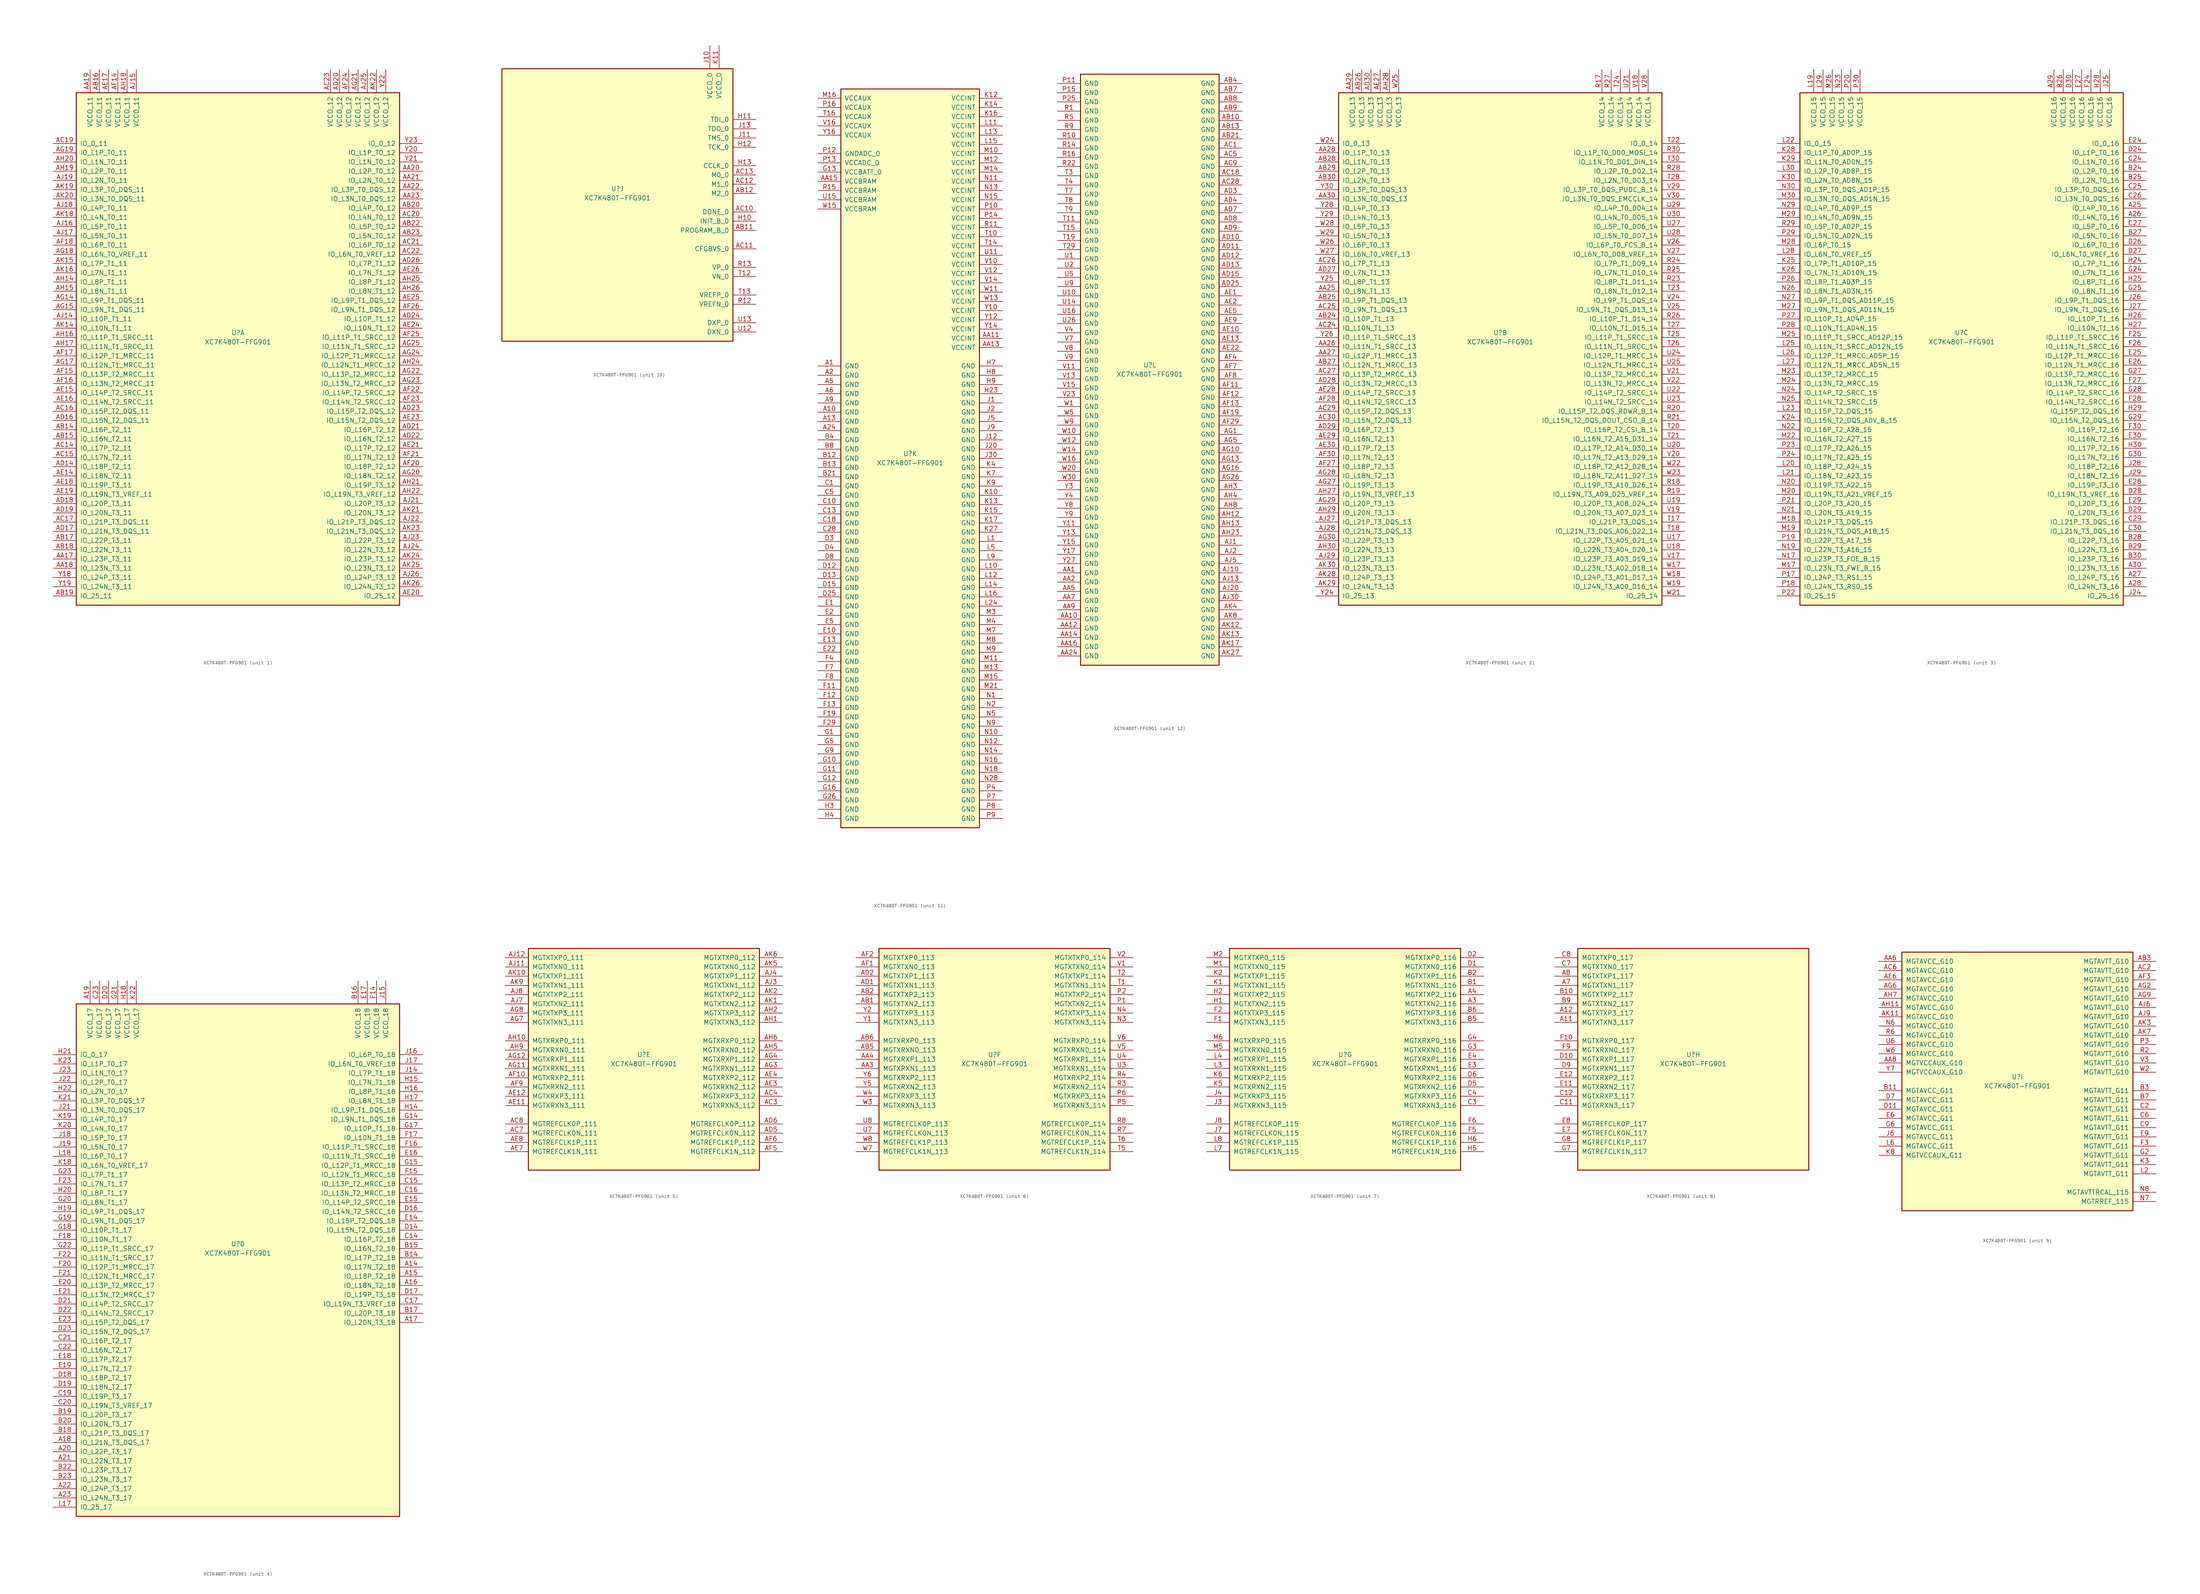
<source format=kicad_sym>
(kicad_symbol_lib
  (version 20211014)
  (generator kicad_symbol_editor)
  (symbol "XC7K480T-FFG901"
    (pin_names
      (offset 1.016))
    (property "Reference" "U"
      (at 0 1.27 0)
      (effects (font (size 1.27 1.27))))
    (property "Value" "XC7K480T-FFG901"
      (at 0 -1.27 0)
      (effects (font (size 1.27 1.27))))
    (property "Datasheet" ""
      (at 0 0 0)
      (effects (font (size 1.27 1.27))))
    (property "ki_locked" ""
      (at 0 0 0)
      (effects (font (size 1.27 1.27))))
    (symbol "XC7K480T-FFG901_1_1"
      (rectangle (start -44.45 67.31) (end 44.45 -73.66) (stroke (width 0.254) (type default) (color 0 0 0 0)) (fill (type background)))
      (pin bidirectional line (at -50.8 -60.96 0) (length 6.35) (name "IO_L23P_T3_11" (effects (font (size 1.27 1.27)))) (number "AA17" (effects (font (size 1.27 1.27)))))
      (pin bidirectional line (at -50.8 -63.5 0) (length 6.35) (name "IO_L23N_T3_11" (effects (font (size 1.27 1.27)))) (number "AA18" (effects (font (size 1.27 1.27)))))
      (pin power_in line (at -40.64 73.66 270) (length 6.35) (name "VCCO_11" (effects (font (size 1.27 1.27)))) (number "AA19" (effects (font (size 1.27 1.27)))))
      (pin bidirectional line (at 50.8 45.72 180) (length 6.35) (name "IO_L2P_T0_12" (effects (font (size 1.27 1.27)))) (number "AA20" (effects (font (size 1.27 1.27)))))
      (pin bidirectional line (at 50.8 43.18 180) (length 6.35) (name "IO_L2N_T0_12" (effects (font (size 1.27 1.27)))) (number "AA21" (effects (font (size 1.27 1.27)))))
      (pin bidirectional line (at 50.8 40.64 180) (length 6.35) (name "IO_L3P_T0_DQS_12" (effects (font (size 1.27 1.27)))) (number "AA22" (effects (font (size 1.27 1.27)))))
      (pin bidirectional line (at 50.8 38.1 180) (length 6.35) (name "IO_L3N_T0_DQS_12" (effects (font (size 1.27 1.27)))) (number "AA23" (effects (font (size 1.27 1.27)))))
      (pin bidirectional line (at -50.8 -25.4 0) (length 6.35) (name "IO_L16P_T2_11" (effects (font (size 1.27 1.27)))) (number "AB14" (effects (font (size 1.27 1.27)))))
      (pin bidirectional line (at -50.8 -27.94 0) (length 6.35) (name "IO_L16N_T2_11" (effects (font (size 1.27 1.27)))) (number "AB15" (effects (font (size 1.27 1.27)))))
      (pin power_in line (at -38.1 73.66 270) (length 6.35) (name "VCCO_11" (effects (font (size 1.27 1.27)))) (number "AB16" (effects (font (size 1.27 1.27)))))
      (pin bidirectional line (at -50.8 -55.88 0) (length 6.35) (name "IO_L22P_T3_11" (effects (font (size 1.27 1.27)))) (number "AB17" (effects (font (size 1.27 1.27)))))
      (pin bidirectional line (at -50.8 -58.42 0) (length 6.35) (name "IO_L22N_T3_11" (effects (font (size 1.27 1.27)))) (number "AB18" (effects (font (size 1.27 1.27)))))
      (pin bidirectional line (at -50.8 -71.12 0) (length 6.35) (name "IO_25_11" (effects (font (size 1.27 1.27)))) (number "AB19" (effects (font (size 1.27 1.27)))))
      (pin bidirectional line (at 50.8 35.56 180) (length 6.35) (name "IO_L4P_T0_12" (effects (font (size 1.27 1.27)))) (number "AB20" (effects (font (size 1.27 1.27)))))
      (pin bidirectional line (at 50.8 30.48 180) (length 6.35) (name "IO_L5P_T0_12" (effects (font (size 1.27 1.27)))) (number "AB22" (effects (font (size 1.27 1.27)))))
      (pin bidirectional line (at 50.8 27.94 180) (length 6.35) (name "IO_L5N_T0_12" (effects (font (size 1.27 1.27)))) (number "AB23" (effects (font (size 1.27 1.27)))))
      (pin bidirectional line (at -50.8 -30.48 0) (length 6.35) (name "IO_L17P_T2_11" (effects (font (size 1.27 1.27)))) (number "AC14" (effects (font (size 1.27 1.27)))))
      (pin bidirectional line (at -50.8 -33.02 0) (length 6.35) (name "IO_L17N_T2_11" (effects (font (size 1.27 1.27)))) (number "AC15" (effects (font (size 1.27 1.27)))))
      (pin bidirectional line (at -50.8 -20.32 0) (length 6.35) (name "IO_L15P_T2_DQS_11" (effects (font (size 1.27 1.27)))) (number "AC16" (effects (font (size 1.27 1.27)))))
      (pin bidirectional line (at -50.8 -50.8 0) (length 6.35) (name "IO_L21P_T3_DQS_11" (effects (font (size 1.27 1.27)))) (number "AC17" (effects (font (size 1.27 1.27)))))
      (pin bidirectional line (at -50.8 53.34 0) (length 6.35) (name "IO_0_11" (effects (font (size 1.27 1.27)))) (number "AC19" (effects (font (size 1.27 1.27)))))
      (pin bidirectional line (at 50.8 33.02 180) (length 6.35) (name "IO_L4N_T0_12" (effects (font (size 1.27 1.27)))) (number "AC20" (effects (font (size 1.27 1.27)))))
      (pin bidirectional line (at 50.8 25.4 180) (length 6.35) (name "IO_L6P_T0_12" (effects (font (size 1.27 1.27)))) (number "AC21" (effects (font (size 1.27 1.27)))))
      (pin bidirectional line (at 50.8 22.86 180) (length 6.35) (name "IO_L6N_T0_VREF_12" (effects (font (size 1.27 1.27)))) (number "AC22" (effects (font (size 1.27 1.27)))))
      (pin power_in line (at 25.4 73.66 270) (length 6.35) (name "VCCO_12" (effects (font (size 1.27 1.27)))) (number "AC23" (effects (font (size 1.27 1.27)))))
      (pin bidirectional line (at -50.8 -35.56 0) (length 6.35) (name "IO_L18P_T2_11" (effects (font (size 1.27 1.27)))) (number "AD14" (effects (font (size 1.27 1.27)))))
      (pin bidirectional line (at -50.8 -22.86 0) (length 6.35) (name "IO_L15N_T2_DQS_11" (effects (font (size 1.27 1.27)))) (number "AD16" (effects (font (size 1.27 1.27)))))
      (pin bidirectional line (at -50.8 -53.34 0) (length 6.35) (name "IO_L21N_T3_DQS_11" (effects (font (size 1.27 1.27)))) (number "AD17" (effects (font (size 1.27 1.27)))))
      (pin bidirectional line (at -50.8 -45.72 0) (length 6.35) (name "IO_L20P_T3_11" (effects (font (size 1.27 1.27)))) (number "AD18" (effects (font (size 1.27 1.27)))))
      (pin bidirectional line (at -50.8 -48.26 0) (length 6.35) (name "IO_L20N_T3_11" (effects (font (size 1.27 1.27)))) (number "AD19" (effects (font (size 1.27 1.27)))))
      (pin power_in line (at 27.94 73.66 270) (length 6.35) (name "VCCO_12" (effects (font (size 1.27 1.27)))) (number "AD20" (effects (font (size 1.27 1.27)))))
      (pin bidirectional line (at 50.8 -25.4 180) (length 6.35) (name "IO_L16P_T2_12" (effects (font (size 1.27 1.27)))) (number "AD21" (effects (font (size 1.27 1.27)))))
      (pin bidirectional line (at 50.8 -27.94 180) (length 6.35) (name "IO_L16N_T2_12" (effects (font (size 1.27 1.27)))) (number "AD22" (effects (font (size 1.27 1.27)))))
      (pin bidirectional line (at 50.8 -20.32 180) (length 6.35) (name "IO_L15P_T2_DQS_12" (effects (font (size 1.27 1.27)))) (number "AD23" (effects (font (size 1.27 1.27)))))
      (pin bidirectional line (at 50.8 5.08 180) (length 6.35) (name "IO_L10P_T1_12" (effects (font (size 1.27 1.27)))) (number "AD24" (effects (font (size 1.27 1.27)))))
      (pin bidirectional line (at 50.8 20.32 180) (length 6.35) (name "IO_L7P_T1_12" (effects (font (size 1.27 1.27)))) (number "AD26" (effects (font (size 1.27 1.27)))))
      (pin bidirectional line (at -50.8 -38.1 0) (length 6.35) (name "IO_L18N_T2_11" (effects (font (size 1.27 1.27)))) (number "AE14" (effects (font (size 1.27 1.27)))))
      (pin bidirectional line (at -50.8 -15.24 0) (length 6.35) (name "IO_L14P_T2_SRCC_11" (effects (font (size 1.27 1.27)))) (number "AE15" (effects (font (size 1.27 1.27)))))
      (pin bidirectional line (at -50.8 -17.78 0) (length 6.35) (name "IO_L14N_T2_SRCC_11" (effects (font (size 1.27 1.27)))) (number "AE16" (effects (font (size 1.27 1.27)))))
      (pin power_in line (at -35.56 73.66 270) (length 6.35) (name "VCCO_11" (effects (font (size 1.27 1.27)))) (number "AE17" (effects (font (size 1.27 1.27)))))
      (pin bidirectional line (at -50.8 -40.64 0) (length 6.35) (name "IO_L19P_T3_11" (effects (font (size 1.27 1.27)))) (number "AE18" (effects (font (size 1.27 1.27)))))
      (pin bidirectional line (at -50.8 -43.18 0) (length 6.35) (name "IO_L19N_T3_VREF_11" (effects (font (size 1.27 1.27)))) (number "AE19" (effects (font (size 1.27 1.27)))))
      (pin bidirectional line (at 50.8 -71.12 180) (length 6.35) (name "IO_25_12" (effects (font (size 1.27 1.27)))) (number "AE20" (effects (font (size 1.27 1.27)))))
      (pin bidirectional line (at 50.8 -30.48 180) (length 6.35) (name "IO_L17P_T2_12" (effects (font (size 1.27 1.27)))) (number "AE21" (effects (font (size 1.27 1.27)))))
      (pin bidirectional line (at 50.8 -22.86 180) (length 6.35) (name "IO_L15N_T2_DQS_12" (effects (font (size 1.27 1.27)))) (number "AE23" (effects (font (size 1.27 1.27)))))
      (pin bidirectional line (at 50.8 2.54 180) (length 6.35) (name "IO_L10N_T1_12" (effects (font (size 1.27 1.27)))) (number "AE24" (effects (font (size 1.27 1.27)))))
      (pin bidirectional line (at 50.8 10.16 180) (length 6.35) (name "IO_L9P_T1_DQS_12" (effects (font (size 1.27 1.27)))) (number "AE25" (effects (font (size 1.27 1.27)))))
      (pin bidirectional line (at 50.8 17.78 180) (length 6.35) (name "IO_L7N_T1_12" (effects (font (size 1.27 1.27)))) (number "AE26" (effects (font (size 1.27 1.27)))))
      (pin power_in line (at -33.02 73.66 270) (length 6.35) (name "VCCO_11" (effects (font (size 1.27 1.27)))) (number "AF14" (effects (font (size 1.27 1.27)))))
      (pin bidirectional line (at -50.8 -10.16 0) (length 6.35) (name "IO_L13P_T2_MRCC_11" (effects (font (size 1.27 1.27)))) (number "AF15" (effects (font (size 1.27 1.27)))))
      (pin bidirectional line (at -50.8 -12.7 0) (length 6.35) (name "IO_L13N_T2_MRCC_11" (effects (font (size 1.27 1.27)))) (number "AF16" (effects (font (size 1.27 1.27)))))
      (pin bidirectional line (at -50.8 -5.08 0) (length 6.35) (name "IO_L12P_T1_MRCC_11" (effects (font (size 1.27 1.27)))) (number "AF17" (effects (font (size 1.27 1.27)))))
      (pin bidirectional line (at -50.8 25.4 0) (length 6.35) (name "IO_L6P_T0_11" (effects (font (size 1.27 1.27)))) (number "AF18" (effects (font (size 1.27 1.27)))))
      (pin bidirectional line (at 50.8 -35.56 180) (length 6.35) (name "IO_L18P_T2_12" (effects (font (size 1.27 1.27)))) (number "AF20" (effects (font (size 1.27 1.27)))))
      (pin bidirectional line (at 50.8 -33.02 180) (length 6.35) (name "IO_L17N_T2_12" (effects (font (size 1.27 1.27)))) (number "AF21" (effects (font (size 1.27 1.27)))))
      (pin bidirectional line (at 50.8 -15.24 180) (length 6.35) (name "IO_L14P_T2_SRCC_12" (effects (font (size 1.27 1.27)))) (number "AF22" (effects (font (size 1.27 1.27)))))
      (pin bidirectional line (at 50.8 -17.78 180) (length 6.35) (name "IO_L14N_T2_SRCC_12" (effects (font (size 1.27 1.27)))) (number "AF23" (effects (font (size 1.27 1.27)))))
      (pin power_in line (at 30.48 73.66 270) (length 6.35) (name "VCCO_12" (effects (font (size 1.27 1.27)))) (number "AF24" (effects (font (size 1.27 1.27)))))
      (pin bidirectional line (at 50.8 0 180) (length 6.35) (name "IO_L11P_T1_SRCC_12" (effects (font (size 1.27 1.27)))) (number "AF25" (effects (font (size 1.27 1.27)))))
      (pin bidirectional line (at 50.8 7.62 180) (length 6.35) (name "IO_L9N_T1_DQS_12" (effects (font (size 1.27 1.27)))) (number "AF26" (effects (font (size 1.27 1.27)))))
      (pin bidirectional line (at -50.8 10.16 0) (length 6.35) (name "IO_L9P_T1_DQS_11" (effects (font (size 1.27 1.27)))) (number "AG14" (effects (font (size 1.27 1.27)))))
      (pin bidirectional line (at -50.8 7.62 0) (length 6.35) (name "IO_L9N_T1_DQS_11" (effects (font (size 1.27 1.27)))) (number "AG15" (effects (font (size 1.27 1.27)))))
      (pin bidirectional line (at -50.8 -7.62 0) (length 6.35) (name "IO_L12N_T1_MRCC_11" (effects (font (size 1.27 1.27)))) (number "AG17" (effects (font (size 1.27 1.27)))))
      (pin bidirectional line (at -50.8 22.86 0) (length 6.35) (name "IO_L6N_T0_VREF_11" (effects (font (size 1.27 1.27)))) (number "AG18" (effects (font (size 1.27 1.27)))))
      (pin bidirectional line (at -50.8 50.8 0) (length 6.35) (name "IO_L1P_T0_11" (effects (font (size 1.27 1.27)))) (number "AG19" (effects (font (size 1.27 1.27)))))
      (pin bidirectional line (at 50.8 -38.1 180) (length 6.35) (name "IO_L18N_T2_12" (effects (font (size 1.27 1.27)))) (number "AG20" (effects (font (size 1.27 1.27)))))
      (pin power_in line (at 33.02 73.66 270) (length 6.35) (name "VCCO_12" (effects (font (size 1.27 1.27)))) (number "AG21" (effects (font (size 1.27 1.27)))))
      (pin bidirectional line (at 50.8 -10.16 180) (length 6.35) (name "IO_L13P_T2_MRCC_12" (effects (font (size 1.27 1.27)))) (number "AG22" (effects (font (size 1.27 1.27)))))
      (pin bidirectional line (at 50.8 -12.7 180) (length 6.35) (name "IO_L13N_T2_MRCC_12" (effects (font (size 1.27 1.27)))) (number "AG23" (effects (font (size 1.27 1.27)))))
      (pin bidirectional line (at 50.8 -5.08 180) (length 6.35) (name "IO_L12P_T1_MRCC_12" (effects (font (size 1.27 1.27)))) (number "AG24" (effects (font (size 1.27 1.27)))))
      (pin bidirectional line (at 50.8 -2.54 180) (length 6.35) (name "IO_L11N_T1_SRCC_12" (effects (font (size 1.27 1.27)))) (number "AG25" (effects (font (size 1.27 1.27)))))
      (pin bidirectional line (at -50.8 15.24 0) (length 6.35) (name "IO_L8P_T1_11" (effects (font (size 1.27 1.27)))) (number "AH14" (effects (font (size 1.27 1.27)))))
      (pin bidirectional line (at -50.8 12.7 0) (length 6.35) (name "IO_L8N_T1_11" (effects (font (size 1.27 1.27)))) (number "AH15" (effects (font (size 1.27 1.27)))))
      (pin bidirectional line (at -50.8 0 0) (length 6.35) (name "IO_L11P_T1_SRCC_11" (effects (font (size 1.27 1.27)))) (number "AH16" (effects (font (size 1.27 1.27)))))
      (pin bidirectional line (at -50.8 -2.54 0) (length 6.35) (name "IO_L11N_T1_SRCC_11" (effects (font (size 1.27 1.27)))) (number "AH17" (effects (font (size 1.27 1.27)))))
      (pin power_in line (at -30.48 73.66 270) (length 6.35) (name "VCCO_11" (effects (font (size 1.27 1.27)))) (number "AH18" (effects (font (size 1.27 1.27)))))
      (pin bidirectional line (at -50.8 45.72 0) (length 6.35) (name "IO_L2P_T0_11" (effects (font (size 1.27 1.27)))) (number "AH19" (effects (font (size 1.27 1.27)))))
      (pin bidirectional line (at -50.8 48.26 0) (length 6.35) (name "IO_L1N_T0_11" (effects (font (size 1.27 1.27)))) (number "AH20" (effects (font (size 1.27 1.27)))))
      (pin bidirectional line (at 50.8 -40.64 180) (length 6.35) (name "IO_L19P_T3_12" (effects (font (size 1.27 1.27)))) (number "AH21" (effects (font (size 1.27 1.27)))))
      (pin bidirectional line (at 50.8 -43.18 180) (length 6.35) (name "IO_L19N_T3_VREF_12" (effects (font (size 1.27 1.27)))) (number "AH22" (effects (font (size 1.27 1.27)))))
      (pin bidirectional line (at 50.8 -7.62 180) (length 6.35) (name "IO_L12N_T1_MRCC_12" (effects (font (size 1.27 1.27)))) (number "AH24" (effects (font (size 1.27 1.27)))))
      (pin bidirectional line (at 50.8 15.24 180) (length 6.35) (name "IO_L8P_T1_12" (effects (font (size 1.27 1.27)))) (number "AH25" (effects (font (size 1.27 1.27)))))
      (pin bidirectional line (at 50.8 12.7 180) (length 6.35) (name "IO_L8N_T1_12" (effects (font (size 1.27 1.27)))) (number "AH26" (effects (font (size 1.27 1.27)))))
      (pin bidirectional line (at -50.8 5.08 0) (length 6.35) (name "IO_L10P_T1_11" (effects (font (size 1.27 1.27)))) (number "AJ14" (effects (font (size 1.27 1.27)))))
      (pin power_in line (at -27.94 73.66 270) (length 6.35) (name "VCCO_11" (effects (font (size 1.27 1.27)))) (number "AJ15" (effects (font (size 1.27 1.27)))))
      (pin bidirectional line (at -50.8 30.48 0) (length 6.35) (name "IO_L5P_T0_11" (effects (font (size 1.27 1.27)))) (number "AJ16" (effects (font (size 1.27 1.27)))))
      (pin bidirectional line (at -50.8 27.94 0) (length 6.35) (name "IO_L5N_T0_11" (effects (font (size 1.27 1.27)))) (number "AJ17" (effects (font (size 1.27 1.27)))))
      (pin bidirectional line (at -50.8 35.56 0) (length 6.35) (name "IO_L4P_T0_11" (effects (font (size 1.27 1.27)))) (number "AJ18" (effects (font (size 1.27 1.27)))))
      (pin bidirectional line (at -50.8 43.18 0) (length 6.35) (name "IO_L2N_T0_11" (effects (font (size 1.27 1.27)))) (number "AJ19" (effects (font (size 1.27 1.27)))))
      (pin bidirectional line (at 50.8 -45.72 180) (length 6.35) (name "IO_L20P_T3_12" (effects (font (size 1.27 1.27)))) (number "AJ21" (effects (font (size 1.27 1.27)))))
      (pin bidirectional line (at 50.8 -50.8 180) (length 6.35) (name "IO_L21P_T3_DQS_12" (effects (font (size 1.27 1.27)))) (number "AJ22" (effects (font (size 1.27 1.27)))))
      (pin bidirectional line (at 50.8 -55.88 180) (length 6.35) (name "IO_L22P_T3_12" (effects (font (size 1.27 1.27)))) (number "AJ23" (effects (font (size 1.27 1.27)))))
      (pin bidirectional line (at 50.8 -58.42 180) (length 6.35) (name "IO_L22N_T3_12" (effects (font (size 1.27 1.27)))) (number "AJ24" (effects (font (size 1.27 1.27)))))
      (pin power_in line (at 35.56 73.66 270) (length 6.35) (name "VCCO_12" (effects (font (size 1.27 1.27)))) (number "AJ25" (effects (font (size 1.27 1.27)))))
      (pin bidirectional line (at 50.8 -66.04 180) (length 6.35) (name "IO_L24P_T3_12" (effects (font (size 1.27 1.27)))) (number "AJ26" (effects (font (size 1.27 1.27)))))
      (pin bidirectional line (at -50.8 2.54 0) (length 6.35) (name "IO_L10N_T1_11" (effects (font (size 1.27 1.27)))) (number "AK14" (effects (font (size 1.27 1.27)))))
      (pin bidirectional line (at -50.8 20.32 0) (length 6.35) (name "IO_L7P_T1_11" (effects (font (size 1.27 1.27)))) (number "AK15" (effects (font (size 1.27 1.27)))))
      (pin bidirectional line (at -50.8 17.78 0) (length 6.35) (name "IO_L7N_T1_11" (effects (font (size 1.27 1.27)))) (number "AK16" (effects (font (size 1.27 1.27)))))
      (pin bidirectional line (at -50.8 33.02 0) (length 6.35) (name "IO_L4N_T0_11" (effects (font (size 1.27 1.27)))) (number "AK18" (effects (font (size 1.27 1.27)))))
      (pin bidirectional line (at -50.8 40.64 0) (length 6.35) (name "IO_L3P_T0_DQS_11" (effects (font (size 1.27 1.27)))) (number "AK19" (effects (font (size 1.27 1.27)))))
      (pin bidirectional line (at -50.8 38.1 0) (length 6.35) (name "IO_L3N_T0_DQS_11" (effects (font (size 1.27 1.27)))) (number "AK20" (effects (font (size 1.27 1.27)))))
      (pin bidirectional line (at 50.8 -48.26 180) (length 6.35) (name "IO_L20N_T3_12" (effects (font (size 1.27 1.27)))) (number "AK21" (effects (font (size 1.27 1.27)))))
      (pin power_in line (at 38.1 73.66 270) (length 6.35) (name "VCCO_12" (effects (font (size 1.27 1.27)))) (number "AK22" (effects (font (size 1.27 1.27)))))
      (pin bidirectional line (at 50.8 -53.34 180) (length 6.35) (name "IO_L21N_T3_DQS_12" (effects (font (size 1.27 1.27)))) (number "AK23" (effects (font (size 1.27 1.27)))))
      (pin bidirectional line (at 50.8 -60.96 180) (length 6.35) (name "IO_L23P_T3_12" (effects (font (size 1.27 1.27)))) (number "AK24" (effects (font (size 1.27 1.27)))))
      (pin bidirectional line (at 50.8 -63.5 180) (length 6.35) (name "IO_L23N_T3_12" (effects (font (size 1.27 1.27)))) (number "AK25" (effects (font (size 1.27 1.27)))))
      (pin bidirectional line (at 50.8 -68.58 180) (length 6.35) (name "IO_L24N_T3_12" (effects (font (size 1.27 1.27)))) (number "AK26" (effects (font (size 1.27 1.27)))))
      (pin bidirectional line (at -50.8 -66.04 0) (length 6.35) (name "IO_L24P_T3_11" (effects (font (size 1.27 1.27)))) (number "Y18" (effects (font (size 1.27 1.27)))))
      (pin bidirectional line (at -50.8 -68.58 0) (length 6.35) (name "IO_L24N_T3_11" (effects (font (size 1.27 1.27)))) (number "Y19" (effects (font (size 1.27 1.27)))))
      (pin bidirectional line (at 50.8 50.8 180) (length 6.35) (name "IO_L1P_T0_12" (effects (font (size 1.27 1.27)))) (number "Y20" (effects (font (size 1.27 1.27)))))
      (pin bidirectional line (at 50.8 48.26 180) (length 6.35) (name "IO_L1N_T0_12" (effects (font (size 1.27 1.27)))) (number "Y21" (effects (font (size 1.27 1.27)))))
      (pin power_in line (at 40.64 73.66 270) (length 6.35) (name "VCCO_12" (effects (font (size 1.27 1.27)))) (number "Y22" (effects (font (size 1.27 1.27)))))
      (pin bidirectional line (at 50.8 53.34 180) (length 6.35) (name "IO_0_12" (effects (font (size 1.27 1.27)))) (number "Y23" (effects (font (size 1.27 1.27))))))
    (symbol "XC7K480T-FFG901_2_1"
      (rectangle (start -44.45 67.31) (end 44.45 -73.66) (stroke (width 0.254) (type default) (color 0 0 0 0)) (fill (type background)))
      (pin bidirectional line (at -50.8 12.7 0) (length 6.35) (name "IO_L8N_T1_13" (effects (font (size 1.27 1.27)))) (number "AA25" (effects (font (size 1.27 1.27)))))
      (pin bidirectional line (at -50.8 -2.54 0) (length 6.35) (name "IO_L11N_T1_SRCC_13" (effects (font (size 1.27 1.27)))) (number "AA26" (effects (font (size 1.27 1.27)))))
      (pin bidirectional line (at -50.8 -5.08 0) (length 6.35) (name "IO_L12P_T1_MRCC_13" (effects (font (size 1.27 1.27)))) (number "AA27" (effects (font (size 1.27 1.27)))))
      (pin bidirectional line (at -50.8 50.8 0) (length 6.35) (name "IO_L1P_T0_13" (effects (font (size 1.27 1.27)))) (number "AA28" (effects (font (size 1.27 1.27)))))
      (pin power_in line (at -40.64 73.66 270) (length 6.35) (name "VCCO_13" (effects (font (size 1.27 1.27)))) (number "AA29" (effects (font (size 1.27 1.27)))))
      (pin bidirectional line (at -50.8 38.1 0) (length 6.35) (name "IO_L3N_T0_DQS_13" (effects (font (size 1.27 1.27)))) (number "AA30" (effects (font (size 1.27 1.27)))))
      (pin bidirectional line (at -50.8 5.08 0) (length 6.35) (name "IO_L10P_T1_13" (effects (font (size 1.27 1.27)))) (number "AB24" (effects (font (size 1.27 1.27)))))
      (pin bidirectional line (at -50.8 10.16 0) (length 6.35) (name "IO_L9P_T1_DQS_13" (effects (font (size 1.27 1.27)))) (number "AB25" (effects (font (size 1.27 1.27)))))
      (pin power_in line (at -38.1 73.66 270) (length 6.35) (name "VCCO_13" (effects (font (size 1.27 1.27)))) (number "AB26" (effects (font (size 1.27 1.27)))))
      (pin bidirectional line (at -50.8 -7.62 0) (length 6.35) (name "IO_L12N_T1_MRCC_13" (effects (font (size 1.27 1.27)))) (number "AB27" (effects (font (size 1.27 1.27)))))
      (pin bidirectional line (at -50.8 48.26 0) (length 6.35) (name "IO_L1N_T0_13" (effects (font (size 1.27 1.27)))) (number "AB28" (effects (font (size 1.27 1.27)))))
      (pin bidirectional line (at -50.8 45.72 0) (length 6.35) (name "IO_L2P_T0_13" (effects (font (size 1.27 1.27)))) (number "AB29" (effects (font (size 1.27 1.27)))))
      (pin bidirectional line (at -50.8 43.18 0) (length 6.35) (name "IO_L2N_T0_13" (effects (font (size 1.27 1.27)))) (number "AB30" (effects (font (size 1.27 1.27)))))
      (pin bidirectional line (at -50.8 2.54 0) (length 6.35) (name "IO_L10N_T1_13" (effects (font (size 1.27 1.27)))) (number "AC24" (effects (font (size 1.27 1.27)))))
      (pin bidirectional line (at -50.8 7.62 0) (length 6.35) (name "IO_L9N_T1_DQS_13" (effects (font (size 1.27 1.27)))) (number "AC25" (effects (font (size 1.27 1.27)))))
      (pin bidirectional line (at -50.8 20.32 0) (length 6.35) (name "IO_L7P_T1_13" (effects (font (size 1.27 1.27)))) (number "AC26" (effects (font (size 1.27 1.27)))))
      (pin bidirectional line (at -50.8 -10.16 0) (length 6.35) (name "IO_L13P_T2_MRCC_13" (effects (font (size 1.27 1.27)))) (number "AC27" (effects (font (size 1.27 1.27)))))
      (pin bidirectional line (at -50.8 -20.32 0) (length 6.35) (name "IO_L15P_T2_DQS_13" (effects (font (size 1.27 1.27)))) (number "AC29" (effects (font (size 1.27 1.27)))))
      (pin bidirectional line (at -50.8 -22.86 0) (length 6.35) (name "IO_L15N_T2_DQS_13" (effects (font (size 1.27 1.27)))) (number "AC30" (effects (font (size 1.27 1.27)))))
      (pin bidirectional line (at -50.8 17.78 0) (length 6.35) (name "IO_L7N_T1_13" (effects (font (size 1.27 1.27)))) (number "AD27" (effects (font (size 1.27 1.27)))))
      (pin bidirectional line (at -50.8 -12.7 0) (length 6.35) (name "IO_L13N_T2_MRCC_13" (effects (font (size 1.27 1.27)))) (number "AD28" (effects (font (size 1.27 1.27)))))
      (pin bidirectional line (at -50.8 -25.4 0) (length 6.35) (name "IO_L16P_T2_13" (effects (font (size 1.27 1.27)))) (number "AD29" (effects (font (size 1.27 1.27)))))
      (pin power_in line (at -35.56 73.66 270) (length 6.35) (name "VCCO_13" (effects (font (size 1.27 1.27)))) (number "AD30" (effects (font (size 1.27 1.27)))))
      (pin power_in line (at -33.02 73.66 270) (length 6.35) (name "VCCO_13" (effects (font (size 1.27 1.27)))) (number "AE27" (effects (font (size 1.27 1.27)))))
      (pin bidirectional line (at -50.8 -15.24 0) (length 6.35) (name "IO_L14P_T2_SRCC_13" (effects (font (size 1.27 1.27)))) (number "AE28" (effects (font (size 1.27 1.27)))))
      (pin bidirectional line (at -50.8 -27.94 0) (length 6.35) (name "IO_L16N_T2_13" (effects (font (size 1.27 1.27)))) (number "AE29" (effects (font (size 1.27 1.27)))))
      (pin bidirectional line (at -50.8 -30.48 0) (length 6.35) (name "IO_L17P_T2_13" (effects (font (size 1.27 1.27)))) (number "AE30" (effects (font (size 1.27 1.27)))))
      (pin bidirectional line (at -50.8 -35.56 0) (length 6.35) (name "IO_L18P_T2_13" (effects (font (size 1.27 1.27)))) (number "AF27" (effects (font (size 1.27 1.27)))))
      (pin bidirectional line (at -50.8 -17.78 0) (length 6.35) (name "IO_L14N_T2_SRCC_13" (effects (font (size 1.27 1.27)))) (number "AF28" (effects (font (size 1.27 1.27)))))
      (pin bidirectional line (at -50.8 -33.02 0) (length 6.35) (name "IO_L17N_T2_13" (effects (font (size 1.27 1.27)))) (number "AF30" (effects (font (size 1.27 1.27)))))
      (pin bidirectional line (at -50.8 -40.64 0) (length 6.35) (name "IO_L19P_T3_13" (effects (font (size 1.27 1.27)))) (number "AG27" (effects (font (size 1.27 1.27)))))
      (pin bidirectional line (at -50.8 -38.1 0) (length 6.35) (name "IO_L18N_T2_13" (effects (font (size 1.27 1.27)))) (number "AG28" (effects (font (size 1.27 1.27)))))
      (pin bidirectional line (at -50.8 -45.72 0) (length 6.35) (name "IO_L20P_T3_13" (effects (font (size 1.27 1.27)))) (number "AG29" (effects (font (size 1.27 1.27)))))
      (pin bidirectional line (at -50.8 -55.88 0) (length 6.35) (name "IO_L22P_T3_13" (effects (font (size 1.27 1.27)))) (number "AG30" (effects (font (size 1.27 1.27)))))
      (pin bidirectional line (at -50.8 -43.18 0) (length 6.35) (name "IO_L19N_T3_VREF_13" (effects (font (size 1.27 1.27)))) (number "AH27" (effects (font (size 1.27 1.27)))))
      (pin power_in line (at -30.48 73.66 270) (length 6.35) (name "VCCO_13" (effects (font (size 1.27 1.27)))) (number "AH28" (effects (font (size 1.27 1.27)))))
      (pin bidirectional line (at -50.8 -48.26 0) (length 6.35) (name "IO_L20N_T3_13" (effects (font (size 1.27 1.27)))) (number "AH29" (effects (font (size 1.27 1.27)))))
      (pin bidirectional line (at -50.8 -58.42 0) (length 6.35) (name "IO_L22N_T3_13" (effects (font (size 1.27 1.27)))) (number "AH30" (effects (font (size 1.27 1.27)))))
      (pin bidirectional line (at -50.8 -50.8 0) (length 6.35) (name "IO_L21P_T3_DQS_13" (effects (font (size 1.27 1.27)))) (number "AJ27" (effects (font (size 1.27 1.27)))))
      (pin bidirectional line (at -50.8 -53.34 0) (length 6.35) (name "IO_L21N_T3_DQS_13" (effects (font (size 1.27 1.27)))) (number "AJ28" (effects (font (size 1.27 1.27)))))
      (pin bidirectional line (at -50.8 -60.96 0) (length 6.35) (name "IO_L23P_T3_13" (effects (font (size 1.27 1.27)))) (number "AJ29" (effects (font (size 1.27 1.27)))))
      (pin bidirectional line (at -50.8 -66.04 0) (length 6.35) (name "IO_L24P_T3_13" (effects (font (size 1.27 1.27)))) (number "AK28" (effects (font (size 1.27 1.27)))))
      (pin bidirectional line (at -50.8 -68.58 0) (length 6.35) (name "IO_L24N_T3_13" (effects (font (size 1.27 1.27)))) (number "AK29" (effects (font (size 1.27 1.27)))))
      (pin bidirectional line (at -50.8 -63.5 0) (length 6.35) (name "IO_L23N_T3_13" (effects (font (size 1.27 1.27)))) (number "AK30" (effects (font (size 1.27 1.27)))))
      (pin power_in line (at 27.94 73.66 270) (length 6.35) (name "VCCO_14" (effects (font (size 1.27 1.27)))) (number "R17" (effects (font (size 1.27 1.27)))))
      (pin bidirectional line (at 50.8 -40.64 180) (length 6.35) (name "IO_L19P_T3_A10_D26_14" (effects (font (size 1.27 1.27)))) (number "R18" (effects (font (size 1.27 1.27)))))
      (pin bidirectional line (at 50.8 -43.18 180) (length 6.35) (name "IO_L19N_T3_A09_D25_VREF_14" (effects (font (size 1.27 1.27)))) (number "R19" (effects (font (size 1.27 1.27)))))
      (pin bidirectional line (at 50.8 -20.32 180) (length 6.35) (name "IO_L15P_T2_DQS_RDWR_B_14" (effects (font (size 1.27 1.27)))) (number "R20" (effects (font (size 1.27 1.27)))))
      (pin bidirectional line (at 50.8 -22.86 180) (length 6.35) (name "IO_L15N_T2_DQS_DOUT_CSO_B_14" (effects (font (size 1.27 1.27)))) (number "R21" (effects (font (size 1.27 1.27)))))
      (pin bidirectional line (at 50.8 15.24 180) (length 6.35) (name "IO_L8P_T1_D11_14" (effects (font (size 1.27 1.27)))) (number "R23" (effects (font (size 1.27 1.27)))))
      (pin bidirectional line (at 50.8 20.32 180) (length 6.35) (name "IO_L7P_T1_D09_14" (effects (font (size 1.27 1.27)))) (number "R24" (effects (font (size 1.27 1.27)))))
      (pin bidirectional line (at 50.8 17.78 180) (length 6.35) (name "IO_L7N_T1_D10_14" (effects (font (size 1.27 1.27)))) (number "R25" (effects (font (size 1.27 1.27)))))
      (pin bidirectional line (at 50.8 5.08 180) (length 6.35) (name "IO_L10P_T1_D14_14" (effects (font (size 1.27 1.27)))) (number "R26" (effects (font (size 1.27 1.27)))))
      (pin power_in line (at 30.48 73.66 270) (length 6.35) (name "VCCO_14" (effects (font (size 1.27 1.27)))) (number "R27" (effects (font (size 1.27 1.27)))))
      (pin bidirectional line (at 50.8 45.72 180) (length 6.35) (name "IO_L2P_T0_D02_14" (effects (font (size 1.27 1.27)))) (number "R28" (effects (font (size 1.27 1.27)))))
      (pin bidirectional line (at 50.8 50.8 180) (length 6.35) (name "IO_L1P_T0_D00_MOSI_14" (effects (font (size 1.27 1.27)))) (number "R30" (effects (font (size 1.27 1.27)))))
      (pin bidirectional line (at 50.8 -50.8 180) (length 6.35) (name "IO_L21P_T3_DQS_14" (effects (font (size 1.27 1.27)))) (number "T17" (effects (font (size 1.27 1.27)))))
      (pin bidirectional line (at 50.8 -53.34 180) (length 6.35) (name "IO_L21N_T3_DQS_A06_D22_14" (effects (font (size 1.27 1.27)))) (number "T18" (effects (font (size 1.27 1.27)))))
      (pin bidirectional line (at 50.8 -25.4 180) (length 6.35) (name "IO_L16P_T2_CSI_B_14" (effects (font (size 1.27 1.27)))) (number "T20" (effects (font (size 1.27 1.27)))))
      (pin bidirectional line (at 50.8 -27.94 180) (length 6.35) (name "IO_L16N_T2_A15_D31_14" (effects (font (size 1.27 1.27)))) (number "T21" (effects (font (size 1.27 1.27)))))
      (pin bidirectional line (at 50.8 53.34 180) (length 6.35) (name "IO_0_14" (effects (font (size 1.27 1.27)))) (number "T22" (effects (font (size 1.27 1.27)))))
      (pin bidirectional line (at 50.8 12.7 180) (length 6.35) (name "IO_L8N_T1_D12_14" (effects (font (size 1.27 1.27)))) (number "T23" (effects (font (size 1.27 1.27)))))
      (pin power_in line (at 33.02 73.66 270) (length 6.35) (name "VCCO_14" (effects (font (size 1.27 1.27)))) (number "T24" (effects (font (size 1.27 1.27)))))
      (pin bidirectional line (at 50.8 0 180) (length 6.35) (name "IO_L11P_T1_SRCC_14" (effects (font (size 1.27 1.27)))) (number "T25" (effects (font (size 1.27 1.27)))))
      (pin bidirectional line (at 50.8 -2.54 180) (length 6.35) (name "IO_L11N_T1_SRCC_14" (effects (font (size 1.27 1.27)))) (number "T26" (effects (font (size 1.27 1.27)))))
      (pin bidirectional line (at 50.8 2.54 180) (length 6.35) (name "IO_L10N_T1_D15_14" (effects (font (size 1.27 1.27)))) (number "T27" (effects (font (size 1.27 1.27)))))
      (pin bidirectional line (at 50.8 43.18 180) (length 6.35) (name "IO_L2N_T0_D03_14" (effects (font (size 1.27 1.27)))) (number "T28" (effects (font (size 1.27 1.27)))))
      (pin bidirectional line (at 50.8 48.26 180) (length 6.35) (name "IO_L1N_T0_D01_DIN_14" (effects (font (size 1.27 1.27)))) (number "T30" (effects (font (size 1.27 1.27)))))
      (pin bidirectional line (at 50.8 -55.88 180) (length 6.35) (name "IO_L22P_T3_A05_D21_14" (effects (font (size 1.27 1.27)))) (number "U17" (effects (font (size 1.27 1.27)))))
      (pin bidirectional line (at 50.8 -58.42 180) (length 6.35) (name "IO_L22N_T3_A04_D20_14" (effects (font (size 1.27 1.27)))) (number "U18" (effects (font (size 1.27 1.27)))))
      (pin bidirectional line (at 50.8 -45.72 180) (length 6.35) (name "IO_L20P_T3_A08_D24_14" (effects (font (size 1.27 1.27)))) (number "U19" (effects (font (size 1.27 1.27)))))
      (pin bidirectional line (at 50.8 -30.48 180) (length 6.35) (name "IO_L17P_T2_A14_D30_14" (effects (font (size 1.27 1.27)))) (number "U20" (effects (font (size 1.27 1.27)))))
      (pin power_in line (at 35.56 73.66 270) (length 6.35) (name "VCCO_14" (effects (font (size 1.27 1.27)))) (number "U21" (effects (font (size 1.27 1.27)))))
      (pin bidirectional line (at 50.8 -15.24 180) (length 6.35) (name "IO_L14P_T2_SRCC_14" (effects (font (size 1.27 1.27)))) (number "U22" (effects (font (size 1.27 1.27)))))
      (pin bidirectional line (at 50.8 -17.78 180) (length 6.35) (name "IO_L14N_T2_SRCC_14" (effects (font (size 1.27 1.27)))) (number "U23" (effects (font (size 1.27 1.27)))))
      (pin bidirectional line (at 50.8 -5.08 180) (length 6.35) (name "IO_L12P_T1_MRCC_14" (effects (font (size 1.27 1.27)))) (number "U24" (effects (font (size 1.27 1.27)))))
      (pin bidirectional line (at 50.8 -7.62 180) (length 6.35) (name "IO_L12N_T1_MRCC_14" (effects (font (size 1.27 1.27)))) (number "U25" (effects (font (size 1.27 1.27)))))
      (pin bidirectional line (at 50.8 30.48 180) (length 6.35) (name "IO_L5P_T0_D06_14" (effects (font (size 1.27 1.27)))) (number "U27" (effects (font (size 1.27 1.27)))))
      (pin bidirectional line (at 50.8 27.94 180) (length 6.35) (name "IO_L5N_T0_D07_14" (effects (font (size 1.27 1.27)))) (number "U28" (effects (font (size 1.27 1.27)))))
      (pin bidirectional line (at 50.8 35.56 180) (length 6.35) (name "IO_L4P_T0_D04_14" (effects (font (size 1.27 1.27)))) (number "U29" (effects (font (size 1.27 1.27)))))
      (pin bidirectional line (at 50.8 33.02 180) (length 6.35) (name "IO_L4N_T0_D05_14" (effects (font (size 1.27 1.27)))) (number "U30" (effects (font (size 1.27 1.27)))))
      (pin bidirectional line (at 50.8 -60.96 180) (length 6.35) (name "IO_L23P_T3_A03_D19_14" (effects (font (size 1.27 1.27)))) (number "V17" (effects (font (size 1.27 1.27)))))
      (pin power_in line (at 38.1 73.66 270) (length 6.35) (name "VCCO_14" (effects (font (size 1.27 1.27)))) (number "V18" (effects (font (size 1.27 1.27)))))
      (pin bidirectional line (at 50.8 -48.26 180) (length 6.35) (name "IO_L20N_T3_A07_D23_14" (effects (font (size 1.27 1.27)))) (number "V19" (effects (font (size 1.27 1.27)))))
      (pin bidirectional line (at 50.8 -33.02 180) (length 6.35) (name "IO_L17N_T2_A13_D29_14" (effects (font (size 1.27 1.27)))) (number "V20" (effects (font (size 1.27 1.27)))))
      (pin bidirectional line (at 50.8 -10.16 180) (length 6.35) (name "IO_L13P_T2_MRCC_14" (effects (font (size 1.27 1.27)))) (number "V21" (effects (font (size 1.27 1.27)))))
      (pin bidirectional line (at 50.8 -12.7 180) (length 6.35) (name "IO_L13N_T2_MRCC_14" (effects (font (size 1.27 1.27)))) (number "V22" (effects (font (size 1.27 1.27)))))
      (pin bidirectional line (at 50.8 10.16 180) (length 6.35) (name "IO_L9P_T1_DQS_14" (effects (font (size 1.27 1.27)))) (number "V24" (effects (font (size 1.27 1.27)))))
      (pin bidirectional line (at 50.8 7.62 180) (length 6.35) (name "IO_L9N_T1_DQS_D13_14" (effects (font (size 1.27 1.27)))) (number "V25" (effects (font (size 1.27 1.27)))))
      (pin bidirectional line (at 50.8 25.4 180) (length 6.35) (name "IO_L6P_T0_FCS_B_14" (effects (font (size 1.27 1.27)))) (number "V26" (effects (font (size 1.27 1.27)))))
      (pin bidirectional line (at 50.8 22.86 180) (length 6.35) (name "IO_L6N_T0_D08_VREF_14" (effects (font (size 1.27 1.27)))) (number "V27" (effects (font (size 1.27 1.27)))))
      (pin power_in line (at 40.64 73.66 270) (length 6.35) (name "VCCO_14" (effects (font (size 1.27 1.27)))) (number "V28" (effects (font (size 1.27 1.27)))))
      (pin bidirectional line (at 50.8 40.64 180) (length 6.35) (name "IO_L3P_T0_DQS_PUDC_B_14" (effects (font (size 1.27 1.27)))) (number "V29" (effects (font (size 1.27 1.27)))))
      (pin bidirectional line (at 50.8 38.1 180) (length 6.35) (name "IO_L3N_T0_DQS_EMCCLK_14" (effects (font (size 1.27 1.27)))) (number "V30" (effects (font (size 1.27 1.27)))))
      (pin bidirectional line (at 50.8 -63.5 180) (length 6.35) (name "IO_L23N_T3_A02_D18_14" (effects (font (size 1.27 1.27)))) (number "W17" (effects (font (size 1.27 1.27)))))
      (pin bidirectional line (at 50.8 -66.04 180) (length 6.35) (name "IO_L24P_T3_A01_D17_14" (effects (font (size 1.27 1.27)))) (number "W18" (effects (font (size 1.27 1.27)))))
      (pin bidirectional line (at 50.8 -68.58 180) (length 6.35) (name "IO_L24N_T3_A00_D16_14" (effects (font (size 1.27 1.27)))) (number "W19" (effects (font (size 1.27 1.27)))))
      (pin bidirectional line (at 50.8 -71.12 180) (length 6.35) (name "IO_25_14" (effects (font (size 1.27 1.27)))) (number "W21" (effects (font (size 1.27 1.27)))))
      (pin bidirectional line (at 50.8 -35.56 180) (length 6.35) (name "IO_L18P_T2_A12_D28_14" (effects (font (size 1.27 1.27)))) (number "W22" (effects (font (size 1.27 1.27)))))
      (pin bidirectional line (at 50.8 -38.1 180) (length 6.35) (name "IO_L18N_T2_A11_D27_14" (effects (font (size 1.27 1.27)))) (number "W23" (effects (font (size 1.27 1.27)))))
      (pin bidirectional line (at -50.8 53.34 0) (length 6.35) (name "IO_0_13" (effects (font (size 1.27 1.27)))) (number "W24" (effects (font (size 1.27 1.27)))))
      (pin power_in line (at -27.94 73.66 270) (length 6.35) (name "VCCO_13" (effects (font (size 1.27 1.27)))) (number "W25" (effects (font (size 1.27 1.27)))))
      (pin bidirectional line (at -50.8 25.4 0) (length 6.35) (name "IO_L6P_T0_13" (effects (font (size 1.27 1.27)))) (number "W26" (effects (font (size 1.27 1.27)))))
      (pin bidirectional line (at -50.8 22.86 0) (length 6.35) (name "IO_L6N_T0_VREF_13" (effects (font (size 1.27 1.27)))) (number "W27" (effects (font (size 1.27 1.27)))))
      (pin bidirectional line (at -50.8 30.48 0) (length 6.35) (name "IO_L5P_T0_13" (effects (font (size 1.27 1.27)))) (number "W28" (effects (font (size 1.27 1.27)))))
      (pin bidirectional line (at -50.8 27.94 0) (length 6.35) (name "IO_L5N_T0_13" (effects (font (size 1.27 1.27)))) (number "W29" (effects (font (size 1.27 1.27)))))
      (pin bidirectional line (at -50.8 -71.12 0) (length 6.35) (name "IO_25_13" (effects (font (size 1.27 1.27)))) (number "Y24" (effects (font (size 1.27 1.27)))))
      (pin bidirectional line (at -50.8 15.24 0) (length 6.35) (name "IO_L8P_T1_13" (effects (font (size 1.27 1.27)))) (number "Y25" (effects (font (size 1.27 1.27)))))
      (pin bidirectional line (at -50.8 0 0) (length 6.35) (name "IO_L11P_T1_SRCC_13" (effects (font (size 1.27 1.27)))) (number "Y26" (effects (font (size 1.27 1.27)))))
      (pin bidirectional line (at -50.8 35.56 0) (length 6.35) (name "IO_L4P_T0_13" (effects (font (size 1.27 1.27)))) (number "Y28" (effects (font (size 1.27 1.27)))))
      (pin bidirectional line (at -50.8 33.02 0) (length 6.35) (name "IO_L4N_T0_13" (effects (font (size 1.27 1.27)))) (number "Y29" (effects (font (size 1.27 1.27)))))
      (pin bidirectional line (at -50.8 40.64 0) (length 6.35) (name "IO_L3P_T0_DQS_13" (effects (font (size 1.27 1.27)))) (number "Y30" (effects (font (size 1.27 1.27))))))
    (symbol "XC7K480T-FFG901_3_1"
      (rectangle (start -44.45 67.31) (end 44.45 -73.66) (stroke (width 0.254) (type default) (color 0 0 0 0)) (fill (type background)))
      (pin bidirectional line (at 50.8 35.56 180) (length 6.35) (name "IO_L4P_T0_16" (effects (font (size 1.27 1.27)))) (number "A25" (effects (font (size 1.27 1.27)))))
      (pin bidirectional line (at 50.8 33.02 180) (length 6.35) (name "IO_L4N_T0_16" (effects (font (size 1.27 1.27)))) (number "A26" (effects (font (size 1.27 1.27)))))
      (pin bidirectional line (at 50.8 -66.04 180) (length 6.35) (name "IO_L24P_T3_16" (effects (font (size 1.27 1.27)))) (number "A27" (effects (font (size 1.27 1.27)))))
      (pin bidirectional line (at 50.8 -68.58 180) (length 6.35) (name "IO_L24N_T3_16" (effects (font (size 1.27 1.27)))) (number "A28" (effects (font (size 1.27 1.27)))))
      (pin power_in line (at 25.4 73.66 270) (length 6.35) (name "VCCO_16" (effects (font (size 1.27 1.27)))) (number "A29" (effects (font (size 1.27 1.27)))))
      (pin bidirectional line (at 50.8 -63.5 180) (length 6.35) (name "IO_L23N_T3_16" (effects (font (size 1.27 1.27)))) (number "A30" (effects (font (size 1.27 1.27)))))
      (pin bidirectional line (at 50.8 45.72 180) (length 6.35) (name "IO_L2P_T0_16" (effects (font (size 1.27 1.27)))) (number "B24" (effects (font (size 1.27 1.27)))))
      (pin bidirectional line (at 50.8 43.18 180) (length 6.35) (name "IO_L2N_T0_16" (effects (font (size 1.27 1.27)))) (number "B25" (effects (font (size 1.27 1.27)))))
      (pin power_in line (at 27.94 73.66 270) (length 6.35) (name "VCCO_16" (effects (font (size 1.27 1.27)))) (number "B26" (effects (font (size 1.27 1.27)))))
      (pin bidirectional line (at 50.8 27.94 180) (length 6.35) (name "IO_L5N_T0_16" (effects (font (size 1.27 1.27)))) (number "B27" (effects (font (size 1.27 1.27)))))
      (pin bidirectional line (at 50.8 -55.88 180) (length 6.35) (name "IO_L22P_T3_16" (effects (font (size 1.27 1.27)))) (number "B28" (effects (font (size 1.27 1.27)))))
      (pin bidirectional line (at 50.8 -58.42 180) (length 6.35) (name "IO_L22N_T3_16" (effects (font (size 1.27 1.27)))) (number "B29" (effects (font (size 1.27 1.27)))))
      (pin bidirectional line (at 50.8 -60.96 180) (length 6.35) (name "IO_L23P_T3_16" (effects (font (size 1.27 1.27)))) (number "B30" (effects (font (size 1.27 1.27)))))
      (pin bidirectional line (at 50.8 48.26 180) (length 6.35) (name "IO_L1N_T0_16" (effects (font (size 1.27 1.27)))) (number "C24" (effects (font (size 1.27 1.27)))))
      (pin bidirectional line (at 50.8 40.64 180) (length 6.35) (name "IO_L3P_T0_DQS_16" (effects (font (size 1.27 1.27)))) (number "C25" (effects (font (size 1.27 1.27)))))
      (pin bidirectional line (at 50.8 38.1 180) (length 6.35) (name "IO_L3N_T0_DQS_16" (effects (font (size 1.27 1.27)))) (number "C26" (effects (font (size 1.27 1.27)))))
      (pin bidirectional line (at 50.8 30.48 180) (length 6.35) (name "IO_L5P_T0_16" (effects (font (size 1.27 1.27)))) (number "C27" (effects (font (size 1.27 1.27)))))
      (pin bidirectional line (at 50.8 -50.8 180) (length 6.35) (name "IO_L21P_T3_DQS_16" (effects (font (size 1.27 1.27)))) (number "C29" (effects (font (size 1.27 1.27)))))
      (pin bidirectional line (at 50.8 -53.34 180) (length 6.35) (name "IO_L21N_T3_DQS_16" (effects (font (size 1.27 1.27)))) (number "C30" (effects (font (size 1.27 1.27)))))
      (pin bidirectional line (at 50.8 50.8 180) (length 6.35) (name "IO_L1P_T0_16" (effects (font (size 1.27 1.27)))) (number "D24" (effects (font (size 1.27 1.27)))))
      (pin bidirectional line (at 50.8 25.4 180) (length 6.35) (name "IO_L6P_T0_16" (effects (font (size 1.27 1.27)))) (number "D26" (effects (font (size 1.27 1.27)))))
      (pin bidirectional line (at 50.8 22.86 180) (length 6.35) (name "IO_L6N_T0_VREF_16" (effects (font (size 1.27 1.27)))) (number "D27" (effects (font (size 1.27 1.27)))))
      (pin bidirectional line (at 50.8 -43.18 180) (length 6.35) (name "IO_L19N_T3_VREF_16" (effects (font (size 1.27 1.27)))) (number "D28" (effects (font (size 1.27 1.27)))))
      (pin bidirectional line (at 50.8 -48.26 180) (length 6.35) (name "IO_L20N_T3_16" (effects (font (size 1.27 1.27)))) (number "D29" (effects (font (size 1.27 1.27)))))
      (pin power_in line (at 30.48 73.66 270) (length 6.35) (name "VCCO_16" (effects (font (size 1.27 1.27)))) (number "D30" (effects (font (size 1.27 1.27)))))
      (pin bidirectional line (at 50.8 53.34 180) (length 6.35) (name "IO_0_16" (effects (font (size 1.27 1.27)))) (number "E24" (effects (font (size 1.27 1.27)))))
      (pin bidirectional line (at 50.8 -5.08 180) (length 6.35) (name "IO_L12P_T1_MRCC_16" (effects (font (size 1.27 1.27)))) (number "E25" (effects (font (size 1.27 1.27)))))
      (pin bidirectional line (at 50.8 -7.62 180) (length 6.35) (name "IO_L12N_T1_MRCC_16" (effects (font (size 1.27 1.27)))) (number "E26" (effects (font (size 1.27 1.27)))))
      (pin power_in line (at 33.02 73.66 270) (length 6.35) (name "VCCO_16" (effects (font (size 1.27 1.27)))) (number "E27" (effects (font (size 1.27 1.27)))))
      (pin bidirectional line (at 50.8 -40.64 180) (length 6.35) (name "IO_L19P_T3_16" (effects (font (size 1.27 1.27)))) (number "E28" (effects (font (size 1.27 1.27)))))
      (pin bidirectional line (at 50.8 -45.72 180) (length 6.35) (name "IO_L20P_T3_16" (effects (font (size 1.27 1.27)))) (number "E29" (effects (font (size 1.27 1.27)))))
      (pin bidirectional line (at 50.8 -27.94 180) (length 6.35) (name "IO_L16N_T2_16" (effects (font (size 1.27 1.27)))) (number "E30" (effects (font (size 1.27 1.27)))))
      (pin power_in line (at 35.56 73.66 270) (length 6.35) (name "VCCO_16" (effects (font (size 1.27 1.27)))) (number "F24" (effects (font (size 1.27 1.27)))))
      (pin bidirectional line (at 50.8 0 180) (length 6.35) (name "IO_L11P_T1_SRCC_16" (effects (font (size 1.27 1.27)))) (number "F25" (effects (font (size 1.27 1.27)))))
      (pin bidirectional line (at 50.8 -2.54 180) (length 6.35) (name "IO_L11N_T1_SRCC_16" (effects (font (size 1.27 1.27)))) (number "F26" (effects (font (size 1.27 1.27)))))
      (pin bidirectional line (at 50.8 -12.7 180) (length 6.35) (name "IO_L13N_T2_MRCC_16" (effects (font (size 1.27 1.27)))) (number "F27" (effects (font (size 1.27 1.27)))))
      (pin bidirectional line (at 50.8 -17.78 180) (length 6.35) (name "IO_L14N_T2_SRCC_16" (effects (font (size 1.27 1.27)))) (number "F28" (effects (font (size 1.27 1.27)))))
      (pin bidirectional line (at 50.8 -25.4 180) (length 6.35) (name "IO_L16P_T2_16" (effects (font (size 1.27 1.27)))) (number "F30" (effects (font (size 1.27 1.27)))))
      (pin bidirectional line (at 50.8 17.78 180) (length 6.35) (name "IO_L7N_T1_16" (effects (font (size 1.27 1.27)))) (number "G24" (effects (font (size 1.27 1.27)))))
      (pin bidirectional line (at 50.8 12.7 180) (length 6.35) (name "IO_L8N_T1_16" (effects (font (size 1.27 1.27)))) (number "G25" (effects (font (size 1.27 1.27)))))
      (pin bidirectional line (at 50.8 -10.16 180) (length 6.35) (name "IO_L13P_T2_MRCC_16" (effects (font (size 1.27 1.27)))) (number "G27" (effects (font (size 1.27 1.27)))))
      (pin bidirectional line (at 50.8 -15.24 180) (length 6.35) (name "IO_L14P_T2_SRCC_16" (effects (font (size 1.27 1.27)))) (number "G28" (effects (font (size 1.27 1.27)))))
      (pin bidirectional line (at 50.8 -22.86 180) (length 6.35) (name "IO_L15N_T2_DQS_16" (effects (font (size 1.27 1.27)))) (number "G29" (effects (font (size 1.27 1.27)))))
      (pin bidirectional line (at 50.8 -33.02 180) (length 6.35) (name "IO_L17N_T2_16" (effects (font (size 1.27 1.27)))) (number "G30" (effects (font (size 1.27 1.27)))))
      (pin bidirectional line (at 50.8 20.32 180) (length 6.35) (name "IO_L7P_T1_16" (effects (font (size 1.27 1.27)))) (number "H24" (effects (font (size 1.27 1.27)))))
      (pin bidirectional line (at 50.8 15.24 180) (length 6.35) (name "IO_L8P_T1_16" (effects (font (size 1.27 1.27)))) (number "H25" (effects (font (size 1.27 1.27)))))
      (pin bidirectional line (at 50.8 5.08 180) (length 6.35) (name "IO_L10P_T1_16" (effects (font (size 1.27 1.27)))) (number "H26" (effects (font (size 1.27 1.27)))))
      (pin bidirectional line (at 50.8 2.54 180) (length 6.35) (name "IO_L10N_T1_16" (effects (font (size 1.27 1.27)))) (number "H27" (effects (font (size 1.27 1.27)))))
      (pin power_in line (at 38.1 73.66 270) (length 6.35) (name "VCCO_16" (effects (font (size 1.27 1.27)))) (number "H28" (effects (font (size 1.27 1.27)))))
      (pin bidirectional line (at 50.8 -20.32 180) (length 6.35) (name "IO_L15P_T2_DQS_16" (effects (font (size 1.27 1.27)))) (number "H29" (effects (font (size 1.27 1.27)))))
      (pin bidirectional line (at 50.8 -30.48 180) (length 6.35) (name "IO_L17P_T2_16" (effects (font (size 1.27 1.27)))) (number "H30" (effects (font (size 1.27 1.27)))))
      (pin bidirectional line (at 50.8 -71.12 180) (length 6.35) (name "IO_25_16" (effects (font (size 1.27 1.27)))) (number "J24" (effects (font (size 1.27 1.27)))))
      (pin power_in line (at 40.64 73.66 270) (length 6.35) (name "VCCO_16" (effects (font (size 1.27 1.27)))) (number "J25" (effects (font (size 1.27 1.27)))))
      (pin bidirectional line (at 50.8 10.16 180) (length 6.35) (name "IO_L9P_T1_DQS_16" (effects (font (size 1.27 1.27)))) (number "J26" (effects (font (size 1.27 1.27)))))
      (pin bidirectional line (at 50.8 7.62 180) (length 6.35) (name "IO_L9N_T1_DQS_16" (effects (font (size 1.27 1.27)))) (number "J27" (effects (font (size 1.27 1.27)))))
      (pin bidirectional line (at 50.8 -35.56 180) (length 6.35) (name "IO_L18P_T2_16" (effects (font (size 1.27 1.27)))) (number "J28" (effects (font (size 1.27 1.27)))))
      (pin bidirectional line (at 50.8 -38.1 180) (length 6.35) (name "IO_L18N_T2_16" (effects (font (size 1.27 1.27)))) (number "J29" (effects (font (size 1.27 1.27)))))
      (pin bidirectional line (at -50.8 -22.86 0) (length 6.35) (name "IO_L15N_T2_DQS_ADV_B_15" (effects (font (size 1.27 1.27)))) (number "K24" (effects (font (size 1.27 1.27)))))
      (pin bidirectional line (at -50.8 20.32 0) (length 6.35) (name "IO_L7P_T1_AD10P_15" (effects (font (size 1.27 1.27)))) (number "K25" (effects (font (size 1.27 1.27)))))
      (pin bidirectional line (at -50.8 17.78 0) (length 6.35) (name "IO_L7N_T1_AD10N_15" (effects (font (size 1.27 1.27)))) (number "K26" (effects (font (size 1.27 1.27)))))
      (pin bidirectional line (at -50.8 50.8 0) (length 6.35) (name "IO_L1P_T0_AD0P_15" (effects (font (size 1.27 1.27)))) (number "K28" (effects (font (size 1.27 1.27)))))
      (pin bidirectional line (at -50.8 48.26 0) (length 6.35) (name "IO_L1N_T0_AD0N_15" (effects (font (size 1.27 1.27)))) (number "K29" (effects (font (size 1.27 1.27)))))
      (pin bidirectional line (at -50.8 43.18 0) (length 6.35) (name "IO_L2N_T0_AD8N_15" (effects (font (size 1.27 1.27)))) (number "K30" (effects (font (size 1.27 1.27)))))
      (pin power_in line (at -40.64 73.66 270) (length 6.35) (name "VCCO_15" (effects (font (size 1.27 1.27)))) (number "L19" (effects (font (size 1.27 1.27)))))
      (pin bidirectional line (at -50.8 -35.56 0) (length 6.35) (name "IO_L18P_T2_A24_15" (effects (font (size 1.27 1.27)))) (number "L20" (effects (font (size 1.27 1.27)))))
      (pin bidirectional line (at -50.8 -38.1 0) (length 6.35) (name "IO_L18N_T2_A23_15" (effects (font (size 1.27 1.27)))) (number "L21" (effects (font (size 1.27 1.27)))))
      (pin bidirectional line (at -50.8 53.34 0) (length 6.35) (name "IO_0_15" (effects (font (size 1.27 1.27)))) (number "L22" (effects (font (size 1.27 1.27)))))
      (pin bidirectional line (at -50.8 -20.32 0) (length 6.35) (name "IO_L15P_T2_DQS_15" (effects (font (size 1.27 1.27)))) (number "L23" (effects (font (size 1.27 1.27)))))
      (pin bidirectional line (at -50.8 -2.54 0) (length 6.35) (name "IO_L11N_T1_SRCC_AD12N_15" (effects (font (size 1.27 1.27)))) (number "L25" (effects (font (size 1.27 1.27)))))
      (pin bidirectional line (at -50.8 -5.08 0) (length 6.35) (name "IO_L12P_T1_MRCC_AD5P_15" (effects (font (size 1.27 1.27)))) (number "L26" (effects (font (size 1.27 1.27)))))
      (pin bidirectional line (at -50.8 -7.62 0) (length 6.35) (name "IO_L12N_T1_MRCC_AD5N_15" (effects (font (size 1.27 1.27)))) (number "L27" (effects (font (size 1.27 1.27)))))
      (pin bidirectional line (at -50.8 22.86 0) (length 6.35) (name "IO_L6N_T0_VREF_15" (effects (font (size 1.27 1.27)))) (number "L28" (effects (font (size 1.27 1.27)))))
      (pin power_in line (at -38.1 73.66 270) (length 6.35) (name "VCCO_15" (effects (font (size 1.27 1.27)))) (number "L29" (effects (font (size 1.27 1.27)))))
      (pin bidirectional line (at -50.8 45.72 0) (length 6.35) (name "IO_L2P_T0_AD8P_15" (effects (font (size 1.27 1.27)))) (number "L30" (effects (font (size 1.27 1.27)))))
      (pin bidirectional line (at -50.8 -63.5 0) (length 6.35) (name "IO_L23N_T3_FWE_B_15" (effects (font (size 1.27 1.27)))) (number "M17" (effects (font (size 1.27 1.27)))))
      (pin bidirectional line (at -50.8 -50.8 0) (length 6.35) (name "IO_L21P_T3_DQS_15" (effects (font (size 1.27 1.27)))) (number "M18" (effects (font (size 1.27 1.27)))))
      (pin bidirectional line (at -50.8 -53.34 0) (length 6.35) (name "IO_L21N_T3_DQS_A18_15" (effects (font (size 1.27 1.27)))) (number "M19" (effects (font (size 1.27 1.27)))))
      (pin bidirectional line (at -50.8 -43.18 0) (length 6.35) (name "IO_L19N_T3_A21_VREF_15" (effects (font (size 1.27 1.27)))) (number "M20" (effects (font (size 1.27 1.27)))))
      (pin bidirectional line (at -50.8 -27.94 0) (length 6.35) (name "IO_L16N_T2_A27_15" (effects (font (size 1.27 1.27)))) (number "M22" (effects (font (size 1.27 1.27)))))
      (pin bidirectional line (at -50.8 -10.16 0) (length 6.35) (name "IO_L13P_T2_MRCC_15" (effects (font (size 1.27 1.27)))) (number "M23" (effects (font (size 1.27 1.27)))))
      (pin bidirectional line (at -50.8 -12.7 0) (length 6.35) (name "IO_L13N_T2_MRCC_15" (effects (font (size 1.27 1.27)))) (number "M24" (effects (font (size 1.27 1.27)))))
      (pin bidirectional line (at -50.8 0 0) (length 6.35) (name "IO_L11P_T1_SRCC_AD12P_15" (effects (font (size 1.27 1.27)))) (number "M25" (effects (font (size 1.27 1.27)))))
      (pin power_in line (at -35.56 73.66 270) (length 6.35) (name "VCCO_15" (effects (font (size 1.27 1.27)))) (number "M26" (effects (font (size 1.27 1.27)))))
      (pin bidirectional line (at -50.8 7.62 0) (length 6.35) (name "IO_L9N_T1_DQS_AD11N_15" (effects (font (size 1.27 1.27)))) (number "M27" (effects (font (size 1.27 1.27)))))
      (pin bidirectional line (at -50.8 25.4 0) (length 6.35) (name "IO_L6P_T0_15" (effects (font (size 1.27 1.27)))) (number "M28" (effects (font (size 1.27 1.27)))))
      (pin bidirectional line (at -50.8 33.02 0) (length 6.35) (name "IO_L4N_T0_AD9N_15" (effects (font (size 1.27 1.27)))) (number "M29" (effects (font (size 1.27 1.27)))))
      (pin bidirectional line (at -50.8 38.1 0) (length 6.35) (name "IO_L3N_T0_DQS_AD1N_15" (effects (font (size 1.27 1.27)))) (number "M30" (effects (font (size 1.27 1.27)))))
      (pin bidirectional line (at -50.8 -60.96 0) (length 6.35) (name "IO_L23P_T3_FOE_B_15" (effects (font (size 1.27 1.27)))) (number "N17" (effects (font (size 1.27 1.27)))))
      (pin bidirectional line (at -50.8 -58.42 0) (length 6.35) (name "IO_L22N_T3_A16_15" (effects (font (size 1.27 1.27)))) (number "N19" (effects (font (size 1.27 1.27)))))
      (pin bidirectional line (at -50.8 -40.64 0) (length 6.35) (name "IO_L19P_T3_A22_15" (effects (font (size 1.27 1.27)))) (number "N20" (effects (font (size 1.27 1.27)))))
      (pin bidirectional line (at -50.8 -48.26 0) (length 6.35) (name "IO_L20N_T3_A19_15" (effects (font (size 1.27 1.27)))) (number "N21" (effects (font (size 1.27 1.27)))))
      (pin bidirectional line (at -50.8 -25.4 0) (length 6.35) (name "IO_L16P_T2_A28_15" (effects (font (size 1.27 1.27)))) (number "N22" (effects (font (size 1.27 1.27)))))
      (pin power_in line (at -33.02 73.66 270) (length 6.35) (name "VCCO_15" (effects (font (size 1.27 1.27)))) (number "N23" (effects (font (size 1.27 1.27)))))
      (pin bidirectional line (at -50.8 -15.24 0) (length 6.35) (name "IO_L14P_T2_SRCC_15" (effects (font (size 1.27 1.27)))) (number "N24" (effects (font (size 1.27 1.27)))))
      (pin bidirectional line (at -50.8 -17.78 0) (length 6.35) (name "IO_L14N_T2_SRCC_15" (effects (font (size 1.27 1.27)))) (number "N25" (effects (font (size 1.27 1.27)))))
      (pin bidirectional line (at -50.8 12.7 0) (length 6.35) (name "IO_L8N_T1_AD3N_15" (effects (font (size 1.27 1.27)))) (number "N26" (effects (font (size 1.27 1.27)))))
      (pin bidirectional line (at -50.8 10.16 0) (length 6.35) (name "IO_L9P_T1_DQS_AD11P_15" (effects (font (size 1.27 1.27)))) (number "N27" (effects (font (size 1.27 1.27)))))
      (pin bidirectional line (at -50.8 35.56 0) (length 6.35) (name "IO_L4P_T0_AD9P_15" (effects (font (size 1.27 1.27)))) (number "N29" (effects (font (size 1.27 1.27)))))
      (pin bidirectional line (at -50.8 40.64 0) (length 6.35) (name "IO_L3P_T0_DQS_AD1P_15" (effects (font (size 1.27 1.27)))) (number "N30" (effects (font (size 1.27 1.27)))))
      (pin bidirectional line (at -50.8 -66.04 0) (length 6.35) (name "IO_L24P_T3_RS1_15" (effects (font (size 1.27 1.27)))) (number "P17" (effects (font (size 1.27 1.27)))))
      (pin bidirectional line (at -50.8 -68.58 0) (length 6.35) (name "IO_L24N_T3_RS0_15" (effects (font (size 1.27 1.27)))) (number "P18" (effects (font (size 1.27 1.27)))))
      (pin bidirectional line (at -50.8 -55.88 0) (length 6.35) (name "IO_L22P_T3_A17_15" (effects (font (size 1.27 1.27)))) (number "P19" (effects (font (size 1.27 1.27)))))
      (pin power_in line (at -30.48 73.66 270) (length 6.35) (name "VCCO_15" (effects (font (size 1.27 1.27)))) (number "P20" (effects (font (size 1.27 1.27)))))
      (pin bidirectional line (at -50.8 -45.72 0) (length 6.35) (name "IO_L20P_T3_A20_15" (effects (font (size 1.27 1.27)))) (number "P21" (effects (font (size 1.27 1.27)))))
      (pin bidirectional line (at -50.8 -71.12 0) (length 6.35) (name "IO_25_15" (effects (font (size 1.27 1.27)))) (number "P22" (effects (font (size 1.27 1.27)))))
      (pin bidirectional line (at -50.8 -30.48 0) (length 6.35) (name "IO_L17P_T2_A26_15" (effects (font (size 1.27 1.27)))) (number "P23" (effects (font (size 1.27 1.27)))))
      (pin bidirectional line (at -50.8 -33.02 0) (length 6.35) (name "IO_L17N_T2_A25_15" (effects (font (size 1.27 1.27)))) (number "P24" (effects (font (size 1.27 1.27)))))
      (pin bidirectional line (at -50.8 15.24 0) (length 6.35) (name "IO_L8P_T1_AD3P_15" (effects (font (size 1.27 1.27)))) (number "P26" (effects (font (size 1.27 1.27)))))
      (pin bidirectional line (at -50.8 5.08 0) (length 6.35) (name "IO_L10P_T1_AD4P_15" (effects (font (size 1.27 1.27)))) (number "P27" (effects (font (size 1.27 1.27)))))
      (pin bidirectional line (at -50.8 2.54 0) (length 6.35) (name "IO_L10N_T1_AD4N_15" (effects (font (size 1.27 1.27)))) (number "P28" (effects (font (size 1.27 1.27)))))
      (pin bidirectional line (at -50.8 27.94 0) (length 6.35) (name "IO_L5N_T0_AD2N_15" (effects (font (size 1.27 1.27)))) (number "P29" (effects (font (size 1.27 1.27)))))
      (pin power_in line (at -27.94 73.66 270) (length 6.35) (name "VCCO_15" (effects (font (size 1.27 1.27)))) (number "P30" (effects (font (size 1.27 1.27)))))
      (pin bidirectional line (at -50.8 30.48 0) (length 6.35) (name "IO_L5P_T0_AD2P_15" (effects (font (size 1.27 1.27)))) (number "R29" (effects (font (size 1.27 1.27))))))
    (symbol "XC7K480T-FFG901_4_1"
      (rectangle (start -44.45 67.31) (end 44.45 -73.66) (stroke (width 0.254) (type default) (color 0 0 0 0)) (fill (type background)))
      (pin bidirectional line (at 50.8 -5.08 180) (length 6.35) (name "IO_L17N_T2_18" (effects (font (size 1.27 1.27)))) (number "A14" (effects (font (size 1.27 1.27)))))
      (pin bidirectional line (at 50.8 -7.62 180) (length 6.35) (name "IO_L18P_T2_18" (effects (font (size 1.27 1.27)))) (number "A15" (effects (font (size 1.27 1.27)))))
      (pin bidirectional line (at 50.8 -10.16 180) (length 6.35) (name "IO_L18N_T2_18" (effects (font (size 1.27 1.27)))) (number "A16" (effects (font (size 1.27 1.27)))))
      (pin bidirectional line (at 50.8 -20.32 180) (length 6.35) (name "IO_L20N_T3_18" (effects (font (size 1.27 1.27)))) (number "A17" (effects (font (size 1.27 1.27)))))
      (pin bidirectional line (at -50.8 -53.34 0) (length 6.35) (name "IO_L21N_T3_DQS_17" (effects (font (size 1.27 1.27)))) (number "A18" (effects (font (size 1.27 1.27)))))
      (pin power_in line (at -40.64 73.66 270) (length 6.35) (name "VCCO_17" (effects (font (size 1.27 1.27)))) (number "A19" (effects (font (size 1.27 1.27)))))
      (pin bidirectional line (at -50.8 -55.88 0) (length 6.35) (name "IO_L22P_T3_17" (effects (font (size 1.27 1.27)))) (number "A20" (effects (font (size 1.27 1.27)))))
      (pin bidirectional line (at -50.8 -58.42 0) (length 6.35) (name "IO_L22N_T3_17" (effects (font (size 1.27 1.27)))) (number "A21" (effects (font (size 1.27 1.27)))))
      (pin bidirectional line (at -50.8 -66.04 0) (length 6.35) (name "IO_L24P_T3_17" (effects (font (size 1.27 1.27)))) (number "A22" (effects (font (size 1.27 1.27)))))
      (pin bidirectional line (at -50.8 -68.58 0) (length 6.35) (name "IO_L24N_T3_17" (effects (font (size 1.27 1.27)))) (number "A23" (effects (font (size 1.27 1.27)))))
      (pin bidirectional line (at 50.8 -2.54 180) (length 6.35) (name "IO_L17P_T2_18" (effects (font (size 1.27 1.27)))) (number "B14" (effects (font (size 1.27 1.27)))))
      (pin bidirectional line (at 50.8 0 180) (length 6.35) (name "IO_L16N_T2_18" (effects (font (size 1.27 1.27)))) (number "B15" (effects (font (size 1.27 1.27)))))
      (pin power_in line (at 33.02 73.66 270) (length 6.35) (name "VCCO_18" (effects (font (size 1.27 1.27)))) (number "B16" (effects (font (size 1.27 1.27)))))
      (pin bidirectional line (at 50.8 -17.78 180) (length 6.35) (name "IO_L20P_T3_18" (effects (font (size 1.27 1.27)))) (number "B17" (effects (font (size 1.27 1.27)))))
      (pin bidirectional line (at -50.8 -50.8 0) (length 6.35) (name "IO_L21P_T3_DQS_17" (effects (font (size 1.27 1.27)))) (number "B18" (effects (font (size 1.27 1.27)))))
      (pin bidirectional line (at -50.8 -45.72 0) (length 6.35) (name "IO_L20P_T3_17" (effects (font (size 1.27 1.27)))) (number "B19" (effects (font (size 1.27 1.27)))))
      (pin bidirectional line (at -50.8 -48.26 0) (length 6.35) (name "IO_L20N_T3_17" (effects (font (size 1.27 1.27)))) (number "B20" (effects (font (size 1.27 1.27)))))
      (pin bidirectional line (at -50.8 -60.96 0) (length 6.35) (name "IO_L23P_T3_17" (effects (font (size 1.27 1.27)))) (number "B22" (effects (font (size 1.27 1.27)))))
      (pin bidirectional line (at -50.8 -63.5 0) (length 6.35) (name "IO_L23N_T3_17" (effects (font (size 1.27 1.27)))) (number "B23" (effects (font (size 1.27 1.27)))))
      (pin bidirectional line (at 50.8 2.54 180) (length 6.35) (name "IO_L16P_T2_18" (effects (font (size 1.27 1.27)))) (number "C14" (effects (font (size 1.27 1.27)))))
      (pin bidirectional line (at 50.8 17.78 180) (length 6.35) (name "IO_L13P_T2_MRCC_18" (effects (font (size 1.27 1.27)))) (number "C15" (effects (font (size 1.27 1.27)))))
      (pin bidirectional line (at 50.8 15.24 180) (length 6.35) (name "IO_L13N_T2_MRCC_18" (effects (font (size 1.27 1.27)))) (number "C16" (effects (font (size 1.27 1.27)))))
      (pin bidirectional line (at 50.8 -15.24 180) (length 6.35) (name "IO_L19N_T3_VREF_18" (effects (font (size 1.27 1.27)))) (number "C17" (effects (font (size 1.27 1.27)))))
      (pin bidirectional line (at -50.8 -40.64 0) (length 6.35) (name "IO_L19P_T3_17" (effects (font (size 1.27 1.27)))) (number "C19" (effects (font (size 1.27 1.27)))))
      (pin bidirectional line (at -50.8 -43.18 0) (length 6.35) (name "IO_L19N_T3_VREF_17" (effects (font (size 1.27 1.27)))) (number "C20" (effects (font (size 1.27 1.27)))))
      (pin bidirectional line (at -50.8 -25.4 0) (length 6.35) (name "IO_L16P_T2_17" (effects (font (size 1.27 1.27)))) (number "C21" (effects (font (size 1.27 1.27)))))
      (pin bidirectional line (at -50.8 -27.94 0) (length 6.35) (name "IO_L16N_T2_17" (effects (font (size 1.27 1.27)))) (number "C22" (effects (font (size 1.27 1.27)))))
      (pin power_in line (at -38.1 73.66 270) (length 6.35) (name "VCCO_17" (effects (font (size 1.27 1.27)))) (number "C23" (effects (font (size 1.27 1.27)))))
      (pin bidirectional line (at 50.8 5.08 180) (length 6.35) (name "IO_L15N_T2_DQS_18" (effects (font (size 1.27 1.27)))) (number "D14" (effects (font (size 1.27 1.27)))))
      (pin bidirectional line (at 50.8 10.16 180) (length 6.35) (name "IO_L14N_T2_SRCC_18" (effects (font (size 1.27 1.27)))) (number "D16" (effects (font (size 1.27 1.27)))))
      (pin bidirectional line (at 50.8 -12.7 180) (length 6.35) (name "IO_L19P_T3_18" (effects (font (size 1.27 1.27)))) (number "D17" (effects (font (size 1.27 1.27)))))
      (pin bidirectional line (at -50.8 -35.56 0) (length 6.35) (name "IO_L18P_T2_17" (effects (font (size 1.27 1.27)))) (number "D18" (effects (font (size 1.27 1.27)))))
      (pin bidirectional line (at -50.8 -38.1 0) (length 6.35) (name "IO_L18N_T2_17" (effects (font (size 1.27 1.27)))) (number "D19" (effects (font (size 1.27 1.27)))))
      (pin power_in line (at -35.56 73.66 270) (length 6.35) (name "VCCO_17" (effects (font (size 1.27 1.27)))) (number "D20" (effects (font (size 1.27 1.27)))))
      (pin bidirectional line (at -50.8 -15.24 0) (length 6.35) (name "IO_L14P_T2_SRCC_17" (effects (font (size 1.27 1.27)))) (number "D21" (effects (font (size 1.27 1.27)))))
      (pin bidirectional line (at -50.8 -17.78 0) (length 6.35) (name "IO_L14N_T2_SRCC_17" (effects (font (size 1.27 1.27)))) (number "D22" (effects (font (size 1.27 1.27)))))
      (pin bidirectional line (at -50.8 -22.86 0) (length 6.35) (name "IO_L15N_T2_DQS_17" (effects (font (size 1.27 1.27)))) (number "D23" (effects (font (size 1.27 1.27)))))
      (pin bidirectional line (at 50.8 7.62 180) (length 6.35) (name "IO_L15P_T2_DQS_18" (effects (font (size 1.27 1.27)))) (number "E14" (effects (font (size 1.27 1.27)))))
      (pin bidirectional line (at 50.8 12.7 180) (length 6.35) (name "IO_L14P_T2_SRCC_18" (effects (font (size 1.27 1.27)))) (number "E15" (effects (font (size 1.27 1.27)))))
      (pin bidirectional line (at 50.8 25.4 180) (length 6.35) (name "IO_L11N_T1_SRCC_18" (effects (font (size 1.27 1.27)))) (number "E16" (effects (font (size 1.27 1.27)))))
      (pin power_in line (at 35.56 73.66 270) (length 6.35) (name "VCCO_18" (effects (font (size 1.27 1.27)))) (number "E17" (effects (font (size 1.27 1.27)))))
      (pin bidirectional line (at -50.8 -30.48 0) (length 6.35) (name "IO_L17P_T2_17" (effects (font (size 1.27 1.27)))) (number "E18" (effects (font (size 1.27 1.27)))))
      (pin bidirectional line (at -50.8 -33.02 0) (length 6.35) (name "IO_L17N_T2_17" (effects (font (size 1.27 1.27)))) (number "E19" (effects (font (size 1.27 1.27)))))
      (pin bidirectional line (at -50.8 -10.16 0) (length 6.35) (name "IO_L13P_T2_MRCC_17" (effects (font (size 1.27 1.27)))) (number "E20" (effects (font (size 1.27 1.27)))))
      (pin bidirectional line (at -50.8 -12.7 0) (length 6.35) (name "IO_L13N_T2_MRCC_17" (effects (font (size 1.27 1.27)))) (number "E21" (effects (font (size 1.27 1.27)))))
      (pin bidirectional line (at -50.8 -20.32 0) (length 6.35) (name "IO_L15P_T2_DQS_17" (effects (font (size 1.27 1.27)))) (number "E23" (effects (font (size 1.27 1.27)))))
      (pin power_in line (at 38.1 73.66 270) (length 6.35) (name "VCCO_18" (effects (font (size 1.27 1.27)))) (number "F14" (effects (font (size 1.27 1.27)))))
      (pin bidirectional line (at 50.8 20.32 180) (length 6.35) (name "IO_L12N_T1_MRCC_18" (effects (font (size 1.27 1.27)))) (number "F15" (effects (font (size 1.27 1.27)))))
      (pin bidirectional line (at 50.8 27.94 180) (length 6.35) (name "IO_L11P_T1_SRCC_18" (effects (font (size 1.27 1.27)))) (number "F16" (effects (font (size 1.27 1.27)))))
      (pin bidirectional line (at 50.8 30.48 180) (length 6.35) (name "IO_L10N_T1_18" (effects (font (size 1.27 1.27)))) (number "F17" (effects (font (size 1.27 1.27)))))
      (pin bidirectional line (at -50.8 2.54 0) (length 6.35) (name "IO_L10N_T1_17" (effects (font (size 1.27 1.27)))) (number "F18" (effects (font (size 1.27 1.27)))))
      (pin bidirectional line (at -50.8 -5.08 0) (length 6.35) (name "IO_L12P_T1_MRCC_17" (effects (font (size 1.27 1.27)))) (number "F20" (effects (font (size 1.27 1.27)))))
      (pin bidirectional line (at -50.8 -7.62 0) (length 6.35) (name "IO_L12N_T1_MRCC_17" (effects (font (size 1.27 1.27)))) (number "F21" (effects (font (size 1.27 1.27)))))
      (pin bidirectional line (at -50.8 -2.54 0) (length 6.35) (name "IO_L11N_T1_SRCC_17" (effects (font (size 1.27 1.27)))) (number "F22" (effects (font (size 1.27 1.27)))))
      (pin bidirectional line (at -50.8 17.78 0) (length 6.35) (name "IO_L7N_T1_17" (effects (font (size 1.27 1.27)))) (number "F23" (effects (font (size 1.27 1.27)))))
      (pin bidirectional line (at 50.8 35.56 180) (length 6.35) (name "IO_L9N_T1_DQS_18" (effects (font (size 1.27 1.27)))) (number "G14" (effects (font (size 1.27 1.27)))))
      (pin bidirectional line (at 50.8 22.86 180) (length 6.35) (name "IO_L12P_T1_MRCC_18" (effects (font (size 1.27 1.27)))) (number "G15" (effects (font (size 1.27 1.27)))))
      (pin bidirectional line (at 50.8 33.02 180) (length 6.35) (name "IO_L10P_T1_18" (effects (font (size 1.27 1.27)))) (number "G17" (effects (font (size 1.27 1.27)))))
      (pin bidirectional line (at -50.8 5.08 0) (length 6.35) (name "IO_L10P_T1_17" (effects (font (size 1.27 1.27)))) (number "G18" (effects (font (size 1.27 1.27)))))
      (pin bidirectional line (at -50.8 7.62 0) (length 6.35) (name "IO_L9N_T1_DQS_17" (effects (font (size 1.27 1.27)))) (number "G19" (effects (font (size 1.27 1.27)))))
      (pin bidirectional line (at -50.8 12.7 0) (length 6.35) (name "IO_L8N_T1_17" (effects (font (size 1.27 1.27)))) (number "G20" (effects (font (size 1.27 1.27)))))
      (pin power_in line (at -33.02 73.66 270) (length 6.35) (name "VCCO_17" (effects (font (size 1.27 1.27)))) (number "G21" (effects (font (size 1.27 1.27)))))
      (pin bidirectional line (at -50.8 0 0) (length 6.35) (name "IO_L11P_T1_SRCC_17" (effects (font (size 1.27 1.27)))) (number "G22" (effects (font (size 1.27 1.27)))))
      (pin bidirectional line (at -50.8 20.32 0) (length 6.35) (name "IO_L7P_T1_17" (effects (font (size 1.27 1.27)))) (number "G23" (effects (font (size 1.27 1.27)))))
      (pin bidirectional line (at 50.8 38.1 180) (length 6.35) (name "IO_L9P_T1_DQS_18" (effects (font (size 1.27 1.27)))) (number "H14" (effects (font (size 1.27 1.27)))))
      (pin bidirectional line (at 50.8 45.72 180) (length 6.35) (name "IO_L7N_T1_18" (effects (font (size 1.27 1.27)))) (number "H15" (effects (font (size 1.27 1.27)))))
      (pin bidirectional line (at 50.8 43.18 180) (length 6.35) (name "IO_L8P_T1_18" (effects (font (size 1.27 1.27)))) (number "H16" (effects (font (size 1.27 1.27)))))
      (pin bidirectional line (at 50.8 40.64 180) (length 6.35) (name "IO_L8N_T1_18" (effects (font (size 1.27 1.27)))) (number "H17" (effects (font (size 1.27 1.27)))))
      (pin power_in line (at -30.48 73.66 270) (length 6.35) (name "VCCO_17" (effects (font (size 1.27 1.27)))) (number "H18" (effects (font (size 1.27 1.27)))))
      (pin bidirectional line (at -50.8 10.16 0) (length 6.35) (name "IO_L9P_T1_DQS_17" (effects (font (size 1.27 1.27)))) (number "H19" (effects (font (size 1.27 1.27)))))
      (pin bidirectional line (at -50.8 15.24 0) (length 6.35) (name "IO_L8P_T1_17" (effects (font (size 1.27 1.27)))) (number "H20" (effects (font (size 1.27 1.27)))))
      (pin bidirectional line (at -50.8 53.34 0) (length 6.35) (name "IO_0_17" (effects (font (size 1.27 1.27)))) (number "H21" (effects (font (size 1.27 1.27)))))
      (pin bidirectional line (at -50.8 43.18 0) (length 6.35) (name "IO_L2N_T0_17" (effects (font (size 1.27 1.27)))) (number "H22" (effects (font (size 1.27 1.27)))))
      (pin bidirectional line (at 50.8 48.26 180) (length 6.35) (name "IO_L7P_T1_18" (effects (font (size 1.27 1.27)))) (number "J14" (effects (font (size 1.27 1.27)))))
      (pin power_in line (at 40.64 73.66 270) (length 6.35) (name "VCCO_18" (effects (font (size 1.27 1.27)))) (number "J15" (effects (font (size 1.27 1.27)))))
      (pin bidirectional line (at 50.8 53.34 180) (length 6.35) (name "IO_L6P_T0_18" (effects (font (size 1.27 1.27)))) (number "J16" (effects (font (size 1.27 1.27)))))
      (pin bidirectional line (at 50.8 50.8 180) (length 6.35) (name "IO_L6N_T0_VREF_18" (effects (font (size 1.27 1.27)))) (number "J17" (effects (font (size 1.27 1.27)))))
      (pin bidirectional line (at -50.8 30.48 0) (length 6.35) (name "IO_L5P_T0_17" (effects (font (size 1.27 1.27)))) (number "J18" (effects (font (size 1.27 1.27)))))
      (pin bidirectional line (at -50.8 27.94 0) (length 6.35) (name "IO_L5N_T0_17" (effects (font (size 1.27 1.27)))) (number "J19" (effects (font (size 1.27 1.27)))))
      (pin bidirectional line (at -50.8 38.1 0) (length 6.35) (name "IO_L3N_T0_DQS_17" (effects (font (size 1.27 1.27)))) (number "J21" (effects (font (size 1.27 1.27)))))
      (pin bidirectional line (at -50.8 45.72 0) (length 6.35) (name "IO_L2P_T0_17" (effects (font (size 1.27 1.27)))) (number "J22" (effects (font (size 1.27 1.27)))))
      (pin bidirectional line (at -50.8 48.26 0) (length 6.35) (name "IO_L1N_T0_17" (effects (font (size 1.27 1.27)))) (number "J23" (effects (font (size 1.27 1.27)))))
      (pin bidirectional line (at -50.8 22.86 0) (length 6.35) (name "IO_L6N_T0_VREF_17" (effects (font (size 1.27 1.27)))) (number "K18" (effects (font (size 1.27 1.27)))))
      (pin bidirectional line (at -50.8 35.56 0) (length 6.35) (name "IO_L4P_T0_17" (effects (font (size 1.27 1.27)))) (number "K19" (effects (font (size 1.27 1.27)))))
      (pin bidirectional line (at -50.8 33.02 0) (length 6.35) (name "IO_L4N_T0_17" (effects (font (size 1.27 1.27)))) (number "K20" (effects (font (size 1.27 1.27)))))
      (pin bidirectional line (at -50.8 40.64 0) (length 6.35) (name "IO_L3P_T0_DQS_17" (effects (font (size 1.27 1.27)))) (number "K21" (effects (font (size 1.27 1.27)))))
      (pin power_in line (at -27.94 73.66 270) (length 6.35) (name "VCCO_17" (effects (font (size 1.27 1.27)))) (number "K22" (effects (font (size 1.27 1.27)))))
      (pin bidirectional line (at -50.8 50.8 0) (length 6.35) (name "IO_L1P_T0_17" (effects (font (size 1.27 1.27)))) (number "K23" (effects (font (size 1.27 1.27)))))
      (pin bidirectional line (at -50.8 -71.12 0) (length 6.35) (name "IO_25_17" (effects (font (size 1.27 1.27)))) (number "L17" (effects (font (size 1.27 1.27)))))
      (pin bidirectional line (at -50.8 25.4 0) (length 6.35) (name "IO_L6P_T0_17" (effects (font (size 1.27 1.27)))) (number "L18" (effects (font (size 1.27 1.27))))))
    (symbol "XC7K480T-FFG901_5_1"
      (rectangle (start -31.75 30.48) (end 31.75 -30.48) (stroke (width 0.254) (type default) (color 0 0 0 0)) (fill (type background)))
      (pin bidirectional line (at 38.1 -12.7 180) (length 6.35) (name "MGTXRXN3_112" (effects (font (size 1.27 1.27)))) (number "AC3" (effects (font (size 1.27 1.27)))))
      (pin bidirectional line (at 38.1 -10.16 180) (length 6.35) (name "MGTXRXP3_112" (effects (font (size 1.27 1.27)))) (number "AC4" (effects (font (size 1.27 1.27)))))
      (pin bidirectional line (at -38.1 -20.32 0) (length 6.35) (name "MGTREFCLK0N_111" (effects (font (size 1.27 1.27)))) (number "AC7" (effects (font (size 1.27 1.27)))))
      (pin bidirectional line (at -38.1 -17.78 0) (length 6.35) (name "MGTREFCLK0P_111" (effects (font (size 1.27 1.27)))) (number "AC8" (effects (font (size 1.27 1.27)))))
      (pin bidirectional line (at 38.1 -20.32 180) (length 6.35) (name "MGTREFCLK0N_112" (effects (font (size 1.27 1.27)))) (number "AD5" (effects (font (size 1.27 1.27)))))
      (pin bidirectional line (at 38.1 -17.78 180) (length 6.35) (name "MGTREFCLK0P_112" (effects (font (size 1.27 1.27)))) (number "AD6" (effects (font (size 1.27 1.27)))))
      (pin bidirectional line (at -38.1 -12.7 0) (length 6.35) (name "MGTXRXN3_111" (effects (font (size 1.27 1.27)))) (number "AE11" (effects (font (size 1.27 1.27)))))
      (pin bidirectional line (at -38.1 -10.16 0) (length 6.35) (name "MGTXRXP3_111" (effects (font (size 1.27 1.27)))) (number "AE12" (effects (font (size 1.27 1.27)))))
      (pin bidirectional line (at 38.1 -7.62 180) (length 6.35) (name "MGTXRXN2_112" (effects (font (size 1.27 1.27)))) (number "AE3" (effects (font (size 1.27 1.27)))))
      (pin bidirectional line (at 38.1 -5.08 180) (length 6.35) (name "MGTXRXP2_112" (effects (font (size 1.27 1.27)))) (number "AE4" (effects (font (size 1.27 1.27)))))
      (pin bidirectional line (at -38.1 -25.4 0) (length 6.35) (name "MGTREFCLK1N_111" (effects (font (size 1.27 1.27)))) (number "AE7" (effects (font (size 1.27 1.27)))))
      (pin bidirectional line (at -38.1 -22.86 0) (length 6.35) (name "MGTREFCLK1P_111" (effects (font (size 1.27 1.27)))) (number "AE8" (effects (font (size 1.27 1.27)))))
      (pin bidirectional line (at -38.1 -5.08 0) (length 6.35) (name "MGTXRXP2_111" (effects (font (size 1.27 1.27)))) (number "AF10" (effects (font (size 1.27 1.27)))))
      (pin bidirectional line (at 38.1 -25.4 180) (length 6.35) (name "MGTREFCLK1N_112" (effects (font (size 1.27 1.27)))) (number "AF5" (effects (font (size 1.27 1.27)))))
      (pin bidirectional line (at 38.1 -22.86 180) (length 6.35) (name "MGTREFCLK1P_112" (effects (font (size 1.27 1.27)))) (number "AF6" (effects (font (size 1.27 1.27)))))
      (pin bidirectional line (at -38.1 -7.62 0) (length 6.35) (name "MGTXRXN2_111" (effects (font (size 1.27 1.27)))) (number "AF9" (effects (font (size 1.27 1.27)))))
      (pin bidirectional line (at -38.1 -2.54 0) (length 6.35) (name "MGTXRXN1_111" (effects (font (size 1.27 1.27)))) (number "AG11" (effects (font (size 1.27 1.27)))))
      (pin bidirectional line (at -38.1 0 0) (length 6.35) (name "MGTXRXP1_111" (effects (font (size 1.27 1.27)))) (number "AG12" (effects (font (size 1.27 1.27)))))
      (pin bidirectional line (at 38.1 -2.54 180) (length 6.35) (name "MGTXRXN1_112" (effects (font (size 1.27 1.27)))) (number "AG3" (effects (font (size 1.27 1.27)))))
      (pin bidirectional line (at 38.1 0 180) (length 6.35) (name "MGTXRXP1_112" (effects (font (size 1.27 1.27)))) (number "AG4" (effects (font (size 1.27 1.27)))))
      (pin bidirectional line (at -38.1 10.16 0) (length 6.35) (name "MGTXTXN3_111" (effects (font (size 1.27 1.27)))) (number "AG7" (effects (font (size 1.27 1.27)))))
      (pin bidirectional line (at -38.1 12.7 0) (length 6.35) (name "MGTXTXP3_111" (effects (font (size 1.27 1.27)))) (number "AG8" (effects (font (size 1.27 1.27)))))
      (pin bidirectional line (at 38.1 10.16 180) (length 6.35) (name "MGTXTXN3_112" (effects (font (size 1.27 1.27)))) (number "AH1" (effects (font (size 1.27 1.27)))))
      (pin bidirectional line (at -38.1 5.08 0) (length 6.35) (name "MGTXRXP0_111" (effects (font (size 1.27 1.27)))) (number "AH10" (effects (font (size 1.27 1.27)))))
      (pin bidirectional line (at 38.1 12.7 180) (length 6.35) (name "MGTXTXP3_112" (effects (font (size 1.27 1.27)))) (number "AH2" (effects (font (size 1.27 1.27)))))
      (pin bidirectional line (at 38.1 2.54 180) (length 6.35) (name "MGTXRXN0_112" (effects (font (size 1.27 1.27)))) (number "AH5" (effects (font (size 1.27 1.27)))))
      (pin bidirectional line (at 38.1 5.08 180) (length 6.35) (name "MGTXRXP0_112" (effects (font (size 1.27 1.27)))) (number "AH6" (effects (font (size 1.27 1.27)))))
      (pin bidirectional line (at -38.1 2.54 0) (length 6.35) (name "MGTXRXN0_111" (effects (font (size 1.27 1.27)))) (number "AH9" (effects (font (size 1.27 1.27)))))
      (pin bidirectional line (at -38.1 25.4 0) (length 6.35) (name "MGTXTXN0_111" (effects (font (size 1.27 1.27)))) (number "AJ11" (effects (font (size 1.27 1.27)))))
      (pin bidirectional line (at -38.1 27.94 0) (length 6.35) (name "MGTXTXP0_111" (effects (font (size 1.27 1.27)))) (number "AJ12" (effects (font (size 1.27 1.27)))))
      (pin bidirectional line (at 38.1 20.32 180) (length 6.35) (name "MGTXTXN1_112" (effects (font (size 1.27 1.27)))) (number "AJ3" (effects (font (size 1.27 1.27)))))
      (pin bidirectional line (at 38.1 22.86 180) (length 6.35) (name "MGTXTXP1_112" (effects (font (size 1.27 1.27)))) (number "AJ4" (effects (font (size 1.27 1.27)))))
      (pin bidirectional line (at -38.1 15.24 0) (length 6.35) (name "MGTXTXN2_111" (effects (font (size 1.27 1.27)))) (number "AJ7" (effects (font (size 1.27 1.27)))))
      (pin bidirectional line (at -38.1 17.78 0) (length 6.35) (name "MGTXTXP2_111" (effects (font (size 1.27 1.27)))) (number "AJ8" (effects (font (size 1.27 1.27)))))
      (pin bidirectional line (at 38.1 15.24 180) (length 6.35) (name "MGTXTXN2_112" (effects (font (size 1.27 1.27)))) (number "AK1" (effects (font (size 1.27 1.27)))))
      (pin bidirectional line (at -38.1 22.86 0) (length 6.35) (name "MGTXTXP1_111" (effects (font (size 1.27 1.27)))) (number "AK10" (effects (font (size 1.27 1.27)))))
      (pin bidirectional line (at 38.1 17.78 180) (length 6.35) (name "MGTXTXP2_112" (effects (font (size 1.27 1.27)))) (number "AK2" (effects (font (size 1.27 1.27)))))
      (pin bidirectional line (at 38.1 25.4 180) (length 6.35) (name "MGTXTXN0_112" (effects (font (size 1.27 1.27)))) (number "AK5" (effects (font (size 1.27 1.27)))))
      (pin bidirectional line (at 38.1 27.94 180) (length 6.35) (name "MGTXTXP0_112" (effects (font (size 1.27 1.27)))) (number "AK6" (effects (font (size 1.27 1.27)))))
      (pin bidirectional line (at -38.1 20.32 0) (length 6.35) (name "MGTXTXN1_111" (effects (font (size 1.27 1.27)))) (number "AK9" (effects (font (size 1.27 1.27))))))
    (symbol "XC7K480T-FFG901_6_1"
      (rectangle (start -31.75 30.48) (end 31.75 -30.48) (stroke (width 0.254) (type default) (color 0 0 0 0)) (fill (type background)))
      (pin bidirectional line (at -38.1 -2.54 0) (length 6.35) (name "MGTXRXN1_113" (effects (font (size 1.27 1.27)))) (number "AA3" (effects (font (size 1.27 1.27)))))
      (pin bidirectional line (at -38.1 0 0) (length 6.35) (name "MGTXRXP1_113" (effects (font (size 1.27 1.27)))) (number "AA4" (effects (font (size 1.27 1.27)))))
      (pin bidirectional line (at -38.1 15.24 0) (length 6.35) (name "MGTXTXN2_113" (effects (font (size 1.27 1.27)))) (number "AB1" (effects (font (size 1.27 1.27)))))
      (pin bidirectional line (at -38.1 17.78 0) (length 6.35) (name "MGTXTXP2_113" (effects (font (size 1.27 1.27)))) (number "AB2" (effects (font (size 1.27 1.27)))))
      (pin bidirectional line (at -38.1 2.54 0) (length 6.35) (name "MGTXRXN0_113" (effects (font (size 1.27 1.27)))) (number "AB5" (effects (font (size 1.27 1.27)))))
      (pin bidirectional line (at -38.1 5.08 0) (length 6.35) (name "MGTXRXP0_113" (effects (font (size 1.27 1.27)))) (number "AB6" (effects (font (size 1.27 1.27)))))
      (pin bidirectional line (at -38.1 20.32 0) (length 6.35) (name "MGTXTXN1_113" (effects (font (size 1.27 1.27)))) (number "AD1" (effects (font (size 1.27 1.27)))))
      (pin bidirectional line (at -38.1 22.86 0) (length 6.35) (name "MGTXTXP1_113" (effects (font (size 1.27 1.27)))) (number "AD2" (effects (font (size 1.27 1.27)))))
      (pin bidirectional line (at -38.1 25.4 0) (length 6.35) (name "MGTXTXN0_113" (effects (font (size 1.27 1.27)))) (number "AF1" (effects (font (size 1.27 1.27)))))
      (pin bidirectional line (at -38.1 27.94 0) (length 6.35) (name "MGTXTXP0_113" (effects (font (size 1.27 1.27)))) (number "AF2" (effects (font (size 1.27 1.27)))))
      (pin bidirectional line (at 38.1 10.16 180) (length 6.35) (name "MGTXTXN3_114" (effects (font (size 1.27 1.27)))) (number "N3" (effects (font (size 1.27 1.27)))))
      (pin bidirectional line (at 38.1 12.7 180) (length 6.35) (name "MGTXTXP3_114" (effects (font (size 1.27 1.27)))) (number "N4" (effects (font (size 1.27 1.27)))))
      (pin bidirectional line (at 38.1 15.24 180) (length 6.35) (name "MGTXTXN2_114" (effects (font (size 1.27 1.27)))) (number "P1" (effects (font (size 1.27 1.27)))))
      (pin bidirectional line (at 38.1 17.78 180) (length 6.35) (name "MGTXTXP2_114" (effects (font (size 1.27 1.27)))) (number "P2" (effects (font (size 1.27 1.27)))))
      (pin bidirectional line (at 38.1 -12.7 180) (length 6.35) (name "MGTXRXN3_114" (effects (font (size 1.27 1.27)))) (number "P5" (effects (font (size 1.27 1.27)))))
      (pin bidirectional line (at 38.1 -10.16 180) (length 6.35) (name "MGTXRXP3_114" (effects (font (size 1.27 1.27)))) (number "P6" (effects (font (size 1.27 1.27)))))
      (pin bidirectional line (at 38.1 -7.62 180) (length 6.35) (name "MGTXRXN2_114" (effects (font (size 1.27 1.27)))) (number "R3" (effects (font (size 1.27 1.27)))))
      (pin bidirectional line (at 38.1 -5.08 180) (length 6.35) (name "MGTXRXP2_114" (effects (font (size 1.27 1.27)))) (number "R4" (effects (font (size 1.27 1.27)))))
      (pin bidirectional line (at 38.1 -20.32 180) (length 6.35) (name "MGTREFCLK0N_114" (effects (font (size 1.27 1.27)))) (number "R7" (effects (font (size 1.27 1.27)))))
      (pin bidirectional line (at 38.1 -17.78 180) (length 6.35) (name "MGTREFCLK0P_114" (effects (font (size 1.27 1.27)))) (number "R8" (effects (font (size 1.27 1.27)))))
      (pin bidirectional line (at 38.1 20.32 180) (length 6.35) (name "MGTXTXN1_114" (effects (font (size 1.27 1.27)))) (number "T1" (effects (font (size 1.27 1.27)))))
      (pin bidirectional line (at 38.1 22.86 180) (length 6.35) (name "MGTXTXP1_114" (effects (font (size 1.27 1.27)))) (number "T2" (effects (font (size 1.27 1.27)))))
      (pin bidirectional line (at 38.1 -25.4 180) (length 6.35) (name "MGTREFCLK1N_114" (effects (font (size 1.27 1.27)))) (number "T5" (effects (font (size 1.27 1.27)))))
      (pin bidirectional line (at 38.1 -22.86 180) (length 6.35) (name "MGTREFCLK1P_114" (effects (font (size 1.27 1.27)))) (number "T6" (effects (font (size 1.27 1.27)))))
      (pin bidirectional line (at 38.1 -2.54 180) (length 6.35) (name "MGTXRXN1_114" (effects (font (size 1.27 1.27)))) (number "U3" (effects (font (size 1.27 1.27)))))
      (pin bidirectional line (at 38.1 0 180) (length 6.35) (name "MGTXRXP1_114" (effects (font (size 1.27 1.27)))) (number "U4" (effects (font (size 1.27 1.27)))))
      (pin bidirectional line (at -38.1 -20.32 0) (length 6.35) (name "MGTREFCLK0N_113" (effects (font (size 1.27 1.27)))) (number "U7" (effects (font (size 1.27 1.27)))))
      (pin bidirectional line (at -38.1 -17.78 0) (length 6.35) (name "MGTREFCLK0P_113" (effects (font (size 1.27 1.27)))) (number "U8" (effects (font (size 1.27 1.27)))))
      (pin bidirectional line (at 38.1 25.4 180) (length 6.35) (name "MGTXTXN0_114" (effects (font (size 1.27 1.27)))) (number "V1" (effects (font (size 1.27 1.27)))))
      (pin bidirectional line (at 38.1 27.94 180) (length 6.35) (name "MGTXTXP0_114" (effects (font (size 1.27 1.27)))) (number "V2" (effects (font (size 1.27 1.27)))))
      (pin bidirectional line (at 38.1 2.54 180) (length 6.35) (name "MGTXRXN0_114" (effects (font (size 1.27 1.27)))) (number "V5" (effects (font (size 1.27 1.27)))))
      (pin bidirectional line (at 38.1 5.08 180) (length 6.35) (name "MGTXRXP0_114" (effects (font (size 1.27 1.27)))) (number "V6" (effects (font (size 1.27 1.27)))))
      (pin bidirectional line (at -38.1 -12.7 0) (length 6.35) (name "MGTXRXN3_113" (effects (font (size 1.27 1.27)))) (number "W3" (effects (font (size 1.27 1.27)))))
      (pin bidirectional line (at -38.1 -10.16 0) (length 6.35) (name "MGTXRXP3_113" (effects (font (size 1.27 1.27)))) (number "W4" (effects (font (size 1.27 1.27)))))
      (pin bidirectional line (at -38.1 -25.4 0) (length 6.35) (name "MGTREFCLK1N_113" (effects (font (size 1.27 1.27)))) (number "W7" (effects (font (size 1.27 1.27)))))
      (pin bidirectional line (at -38.1 -22.86 0) (length 6.35) (name "MGTREFCLK1P_113" (effects (font (size 1.27 1.27)))) (number "W8" (effects (font (size 1.27 1.27)))))
      (pin bidirectional line (at -38.1 10.16 0) (length 6.35) (name "MGTXTXN3_113" (effects (font (size 1.27 1.27)))) (number "Y1" (effects (font (size 1.27 1.27)))))
      (pin bidirectional line (at -38.1 12.7 0) (length 6.35) (name "MGTXTXP3_113" (effects (font (size 1.27 1.27)))) (number "Y2" (effects (font (size 1.27 1.27)))))
      (pin bidirectional line (at -38.1 -7.62 0) (length 6.35) (name "MGTXRXN2_113" (effects (font (size 1.27 1.27)))) (number "Y5" (effects (font (size 1.27 1.27)))))
      (pin bidirectional line (at -38.1 -5.08 0) (length 6.35) (name "MGTXRXP2_113" (effects (font (size 1.27 1.27)))) (number "Y6" (effects (font (size 1.27 1.27))))))
    (symbol "XC7K480T-FFG901_7_1"
      (rectangle (start -31.75 30.48) (end 31.75 -30.48) (stroke (width 0.254) (type default) (color 0 0 0 0)) (fill (type background)))
      (pin bidirectional line (at 38.1 15.24 180) (length 6.35) (name "MGTXTXN2_116" (effects (font (size 1.27 1.27)))) (number "A3" (effects (font (size 1.27 1.27)))))
      (pin bidirectional line (at 38.1 17.78 180) (length 6.35) (name "MGTXTXP2_116" (effects (font (size 1.27 1.27)))) (number "A4" (effects (font (size 1.27 1.27)))))
      (pin bidirectional line (at 38.1 20.32 180) (length 6.35) (name "MGTXTXN1_116" (effects (font (size 1.27 1.27)))) (number "B1" (effects (font (size 1.27 1.27)))))
      (pin bidirectional line (at 38.1 22.86 180) (length 6.35) (name "MGTXTXP1_116" (effects (font (size 1.27 1.27)))) (number "B2" (effects (font (size 1.27 1.27)))))
      (pin bidirectional line (at 38.1 10.16 180) (length 6.35) (name "MGTXTXN3_116" (effects (font (size 1.27 1.27)))) (number "B5" (effects (font (size 1.27 1.27)))))
      (pin bidirectional line (at 38.1 12.7 180) (length 6.35) (name "MGTXTXP3_116" (effects (font (size 1.27 1.27)))) (number "B6" (effects (font (size 1.27 1.27)))))
      (pin bidirectional line (at 38.1 -12.7 180) (length 6.35) (name "MGTXRXN3_116" (effects (font (size 1.27 1.27)))) (number "C3" (effects (font (size 1.27 1.27)))))
      (pin bidirectional line (at 38.1 -10.16 180) (length 6.35) (name "MGTXRXP3_116" (effects (font (size 1.27 1.27)))) (number "C4" (effects (font (size 1.27 1.27)))))
      (pin bidirectional line (at 38.1 25.4 180) (length 6.35) (name "MGTXTXN0_116" (effects (font (size 1.27 1.27)))) (number "D1" (effects (font (size 1.27 1.27)))))
      (pin bidirectional line (at 38.1 27.94 180) (length 6.35) (name "MGTXTXP0_116" (effects (font (size 1.27 1.27)))) (number "D2" (effects (font (size 1.27 1.27)))))
      (pin bidirectional line (at 38.1 -7.62 180) (length 6.35) (name "MGTXRXN2_116" (effects (font (size 1.27 1.27)))) (number "D5" (effects (font (size 1.27 1.27)))))
      (pin bidirectional line (at 38.1 -5.08 180) (length 6.35) (name "MGTXRXP2_116" (effects (font (size 1.27 1.27)))) (number "D6" (effects (font (size 1.27 1.27)))))
      (pin bidirectional line (at 38.1 -2.54 180) (length 6.35) (name "MGTXRXN1_116" (effects (font (size 1.27 1.27)))) (number "E3" (effects (font (size 1.27 1.27)))))
      (pin bidirectional line (at 38.1 0 180) (length 6.35) (name "MGTXRXP1_116" (effects (font (size 1.27 1.27)))) (number "E4" (effects (font (size 1.27 1.27)))))
      (pin bidirectional line (at -38.1 10.16 0) (length 6.35) (name "MGTXTXN3_115" (effects (font (size 1.27 1.27)))) (number "F1" (effects (font (size 1.27 1.27)))))
      (pin bidirectional line (at -38.1 12.7 0) (length 6.35) (name "MGTXTXP3_115" (effects (font (size 1.27 1.27)))) (number "F2" (effects (font (size 1.27 1.27)))))
      (pin bidirectional line (at 38.1 -20.32 180) (length 6.35) (name "MGTREFCLK0N_116" (effects (font (size 1.27 1.27)))) (number "F5" (effects (font (size 1.27 1.27)))))
      (pin bidirectional line (at 38.1 -17.78 180) (length 6.35) (name "MGTREFCLK0P_116" (effects (font (size 1.27 1.27)))) (number "F6" (effects (font (size 1.27 1.27)))))
      (pin bidirectional line (at 38.1 2.54 180) (length 6.35) (name "MGTXRXN0_116" (effects (font (size 1.27 1.27)))) (number "G3" (effects (font (size 1.27 1.27)))))
      (pin bidirectional line (at 38.1 5.08 180) (length 6.35) (name "MGTXRXP0_116" (effects (font (size 1.27 1.27)))) (number "G4" (effects (font (size 1.27 1.27)))))
      (pin bidirectional line (at -38.1 15.24 0) (length 6.35) (name "MGTXTXN2_115" (effects (font (size 1.27 1.27)))) (number "H1" (effects (font (size 1.27 1.27)))))
      (pin bidirectional line (at -38.1 17.78 0) (length 6.35) (name "MGTXTXP2_115" (effects (font (size 1.27 1.27)))) (number "H2" (effects (font (size 1.27 1.27)))))
      (pin bidirectional line (at 38.1 -25.4 180) (length 6.35) (name "MGTREFCLK1N_116" (effects (font (size 1.27 1.27)))) (number "H5" (effects (font (size 1.27 1.27)))))
      (pin bidirectional line (at 38.1 -22.86 180) (length 6.35) (name "MGTREFCLK1P_116" (effects (font (size 1.27 1.27)))) (number "H6" (effects (font (size 1.27 1.27)))))
      (pin bidirectional line (at -38.1 -12.7 0) (length 6.35) (name "MGTXRXN3_115" (effects (font (size 1.27 1.27)))) (number "J3" (effects (font (size 1.27 1.27)))))
      (pin bidirectional line (at -38.1 -10.16 0) (length 6.35) (name "MGTXRXP3_115" (effects (font (size 1.27 1.27)))) (number "J4" (effects (font (size 1.27 1.27)))))
      (pin bidirectional line (at -38.1 -20.32 0) (length 6.35) (name "MGTREFCLK0N_115" (effects (font (size 1.27 1.27)))) (number "J7" (effects (font (size 1.27 1.27)))))
      (pin bidirectional line (at -38.1 -17.78 0) (length 6.35) (name "MGTREFCLK0P_115" (effects (font (size 1.27 1.27)))) (number "J8" (effects (font (size 1.27 1.27)))))
      (pin bidirectional line (at -38.1 20.32 0) (length 6.35) (name "MGTXTXN1_115" (effects (font (size 1.27 1.27)))) (number "K1" (effects (font (size 1.27 1.27)))))
      (pin bidirectional line (at -38.1 22.86 0) (length 6.35) (name "MGTXTXP1_115" (effects (font (size 1.27 1.27)))) (number "K2" (effects (font (size 1.27 1.27)))))
      (pin bidirectional line (at -38.1 -7.62 0) (length 6.35) (name "MGTXRXN2_115" (effects (font (size 1.27 1.27)))) (number "K5" (effects (font (size 1.27 1.27)))))
      (pin bidirectional line (at -38.1 -5.08 0) (length 6.35) (name "MGTXRXP2_115" (effects (font (size 1.27 1.27)))) (number "K6" (effects (font (size 1.27 1.27)))))
      (pin bidirectional line (at -38.1 -2.54 0) (length 6.35) (name "MGTXRXN1_115" (effects (font (size 1.27 1.27)))) (number "L3" (effects (font (size 1.27 1.27)))))
      (pin bidirectional line (at -38.1 0 0) (length 6.35) (name "MGTXRXP1_115" (effects (font (size 1.27 1.27)))) (number "L4" (effects (font (size 1.27 1.27)))))
      (pin bidirectional line (at -38.1 -25.4 0) (length 6.35) (name "MGTREFCLK1N_115" (effects (font (size 1.27 1.27)))) (number "L7" (effects (font (size 1.27 1.27)))))
      (pin bidirectional line (at -38.1 -22.86 0) (length 6.35) (name "MGTREFCLK1P_115" (effects (font (size 1.27 1.27)))) (number "L8" (effects (font (size 1.27 1.27)))))
      (pin bidirectional line (at -38.1 25.4 0) (length 6.35) (name "MGTXTXN0_115" (effects (font (size 1.27 1.27)))) (number "M1" (effects (font (size 1.27 1.27)))))
      (pin bidirectional line (at -38.1 27.94 0) (length 6.35) (name "MGTXTXP0_115" (effects (font (size 1.27 1.27)))) (number "M2" (effects (font (size 1.27 1.27)))))
      (pin bidirectional line (at -38.1 2.54 0) (length 6.35) (name "MGTXRXN0_115" (effects (font (size 1.27 1.27)))) (number "M5" (effects (font (size 1.27 1.27)))))
      (pin bidirectional line (at -38.1 5.08 0) (length 6.35) (name "MGTXRXP0_115" (effects (font (size 1.27 1.27)))) (number "M6" (effects (font (size 1.27 1.27))))))
    (symbol "XC7K480T-FFG901_8_1"
      (rectangle (start -31.75 30.48) (end 31.75 -30.48) (stroke (width 0.254) (type default) (color 0 0 0 0)) (fill (type background)))
      (pin bidirectional line (at -38.1 10.16 0) (length 6.35) (name "MGTXTXN3_117" (effects (font (size 1.27 1.27)))) (number "A11" (effects (font (size 1.27 1.27)))))
      (pin bidirectional line (at -38.1 12.7 0) (length 6.35) (name "MGTXTXP3_117" (effects (font (size 1.27 1.27)))) (number "A12" (effects (font (size 1.27 1.27)))))
      (pin bidirectional line (at -38.1 20.32 0) (length 6.35) (name "MGTXTXN1_117" (effects (font (size 1.27 1.27)))) (number "A7" (effects (font (size 1.27 1.27)))))
      (pin bidirectional line (at -38.1 22.86 0) (length 6.35) (name "MGTXTXP1_117" (effects (font (size 1.27 1.27)))) (number "A8" (effects (font (size 1.27 1.27)))))
      (pin bidirectional line (at -38.1 17.78 0) (length 6.35) (name "MGTXTXP2_117" (effects (font (size 1.27 1.27)))) (number "B10" (effects (font (size 1.27 1.27)))))
      (pin bidirectional line (at -38.1 15.24 0) (length 6.35) (name "MGTXTXN2_117" (effects (font (size 1.27 1.27)))) (number "B9" (effects (font (size 1.27 1.27)))))
      (pin bidirectional line (at -38.1 -12.7 0) (length 6.35) (name "MGTXRXN3_117" (effects (font (size 1.27 1.27)))) (number "C11" (effects (font (size 1.27 1.27)))))
      (pin bidirectional line (at -38.1 -10.16 0) (length 6.35) (name "MGTXRXP3_117" (effects (font (size 1.27 1.27)))) (number "C12" (effects (font (size 1.27 1.27)))))
      (pin bidirectional line (at -38.1 25.4 0) (length 6.35) (name "MGTXTXN0_117" (effects (font (size 1.27 1.27)))) (number "C7" (effects (font (size 1.27 1.27)))))
      (pin bidirectional line (at -38.1 27.94 0) (length 6.35) (name "MGTXTXP0_117" (effects (font (size 1.27 1.27)))) (number "C8" (effects (font (size 1.27 1.27)))))
      (pin bidirectional line (at -38.1 0 0) (length 6.35) (name "MGTXRXP1_117" (effects (font (size 1.27 1.27)))) (number "D10" (effects (font (size 1.27 1.27)))))
      (pin bidirectional line (at -38.1 -2.54 0) (length 6.35) (name "MGTXRXN1_117" (effects (font (size 1.27 1.27)))) (number "D9" (effects (font (size 1.27 1.27)))))
      (pin bidirectional line (at -38.1 -7.62 0) (length 6.35) (name "MGTXRXN2_117" (effects (font (size 1.27 1.27)))) (number "E11" (effects (font (size 1.27 1.27)))))
      (pin bidirectional line (at -38.1 -5.08 0) (length 6.35) (name "MGTXRXP2_117" (effects (font (size 1.27 1.27)))) (number "E12" (effects (font (size 1.27 1.27)))))
      (pin bidirectional line (at -38.1 -20.32 0) (length 6.35) (name "MGTREFCLK0N_117" (effects (font (size 1.27 1.27)))) (number "E7" (effects (font (size 1.27 1.27)))))
      (pin bidirectional line (at -38.1 -17.78 0) (length 6.35) (name "MGTREFCLK0P_117" (effects (font (size 1.27 1.27)))) (number "E8" (effects (font (size 1.27 1.27)))))
      (pin bidirectional line (at -38.1 5.08 0) (length 6.35) (name "MGTXRXP0_117" (effects (font (size 1.27 1.27)))) (number "F10" (effects (font (size 1.27 1.27)))))
      (pin bidirectional line (at -38.1 2.54 0) (length 6.35) (name "MGTXRXN0_117" (effects (font (size 1.27 1.27)))) (number "F9" (effects (font (size 1.27 1.27)))))
      (pin bidirectional line (at -38.1 -25.4 0) (length 6.35) (name "MGTREFCLK1N_117" (effects (font (size 1.27 1.27)))) (number "G7" (effects (font (size 1.27 1.27)))))
      (pin bidirectional line (at -38.1 -22.86 0) (length 6.35) (name "MGTREFCLK1P_117" (effects (font (size 1.27 1.27)))) (number "G8" (effects (font (size 1.27 1.27))))))
    (symbol "XC7K480T-FFG901_9_1"
      (rectangle (start -31.75 35.56) (end 31.75 -35.56) (stroke (width 0.254) (type default) (color 0 0 0 0)) (fill (type background)))
      (pin power_in line (at -38.1 33.02 0) (length 6.35) (name "MGTAVCC_G10" (effects (font (size 1.27 1.27)))) (number "AA6" (effects (font (size 1.27 1.27)))))
      (pin power_in line (at -38.1 5.08 0) (length 6.35) (name "MGTVCCAUX_G10" (effects (font (size 1.27 1.27)))) (number "AA8" (effects (font (size 1.27 1.27)))))
      (pin power_in line (at 38.1 33.02 180) (length 6.35) (name "MGTAVTT_G10" (effects (font (size 1.27 1.27)))) (number "AB3" (effects (font (size 1.27 1.27)))))
      (pin power_in line (at 38.1 30.48 180) (length 6.35) (name "MGTAVTT_G10" (effects (font (size 1.27 1.27)))) (number "AC2" (effects (font (size 1.27 1.27)))))
      (pin power_in line (at -38.1 30.48 0) (length 6.35) (name "MGTAVCC_G10" (effects (font (size 1.27 1.27)))) (number "AC6" (effects (font (size 1.27 1.27)))))
      (pin power_in line (at -38.1 27.94 0) (length 6.35) (name "MGTAVCC_G10" (effects (font (size 1.27 1.27)))) (number "AE6" (effects (font (size 1.27 1.27)))))
      (pin power_in line (at 38.1 27.94 180) (length 6.35) (name "MGTAVTT_G10" (effects (font (size 1.27 1.27)))) (number "AF3" (effects (font (size 1.27 1.27)))))
      (pin power_in line (at 38.1 25.4 180) (length 6.35) (name "MGTAVTT_G10" (effects (font (size 1.27 1.27)))) (number "AG2" (effects (font (size 1.27 1.27)))))
      (pin power_in line (at -38.1 25.4 0) (length 6.35) (name "MGTAVCC_G10" (effects (font (size 1.27 1.27)))) (number "AG6" (effects (font (size 1.27 1.27)))))
      (pin power_in line (at 38.1 22.86 180) (length 6.35) (name "MGTAVTT_G10" (effects (font (size 1.27 1.27)))) (number "AG9" (effects (font (size 1.27 1.27)))))
      (pin power_in line (at -38.1 20.32 0) (length 6.35) (name "MGTAVCC_G10" (effects (font (size 1.27 1.27)))) (number "AH11" (effects (font (size 1.27 1.27)))))
      (pin power_in line (at -38.1 22.86 0) (length 6.35) (name "MGTAVCC_G10" (effects (font (size 1.27 1.27)))) (number "AH7" (effects (font (size 1.27 1.27)))))
      (pin power_in line (at 38.1 20.32 180) (length 6.35) (name "MGTAVTT_G10" (effects (font (size 1.27 1.27)))) (number "AJ6" (effects (font (size 1.27 1.27)))))
      (pin power_in line (at 38.1 17.78 180) (length 6.35) (name "MGTAVTT_G10" (effects (font (size 1.27 1.27)))) (number "AJ9" (effects (font (size 1.27 1.27)))))
      (pin power_in line (at -38.1 17.78 0) (length 6.35) (name "MGTAVCC_G10" (effects (font (size 1.27 1.27)))) (number "AK11" (effects (font (size 1.27 1.27)))))
      (pin power_in line (at 38.1 15.24 180) (length 6.35) (name "MGTAVTT_G10" (effects (font (size 1.27 1.27)))) (number "AK3" (effects (font (size 1.27 1.27)))))
      (pin power_in line (at 38.1 12.7 180) (length 6.35) (name "MGTAVTT_G10" (effects (font (size 1.27 1.27)))) (number "AK7" (effects (font (size 1.27 1.27)))))
      (pin power_in line (at -38.1 -2.54 0) (length 6.35) (name "MGTAVCC_G11" (effects (font (size 1.27 1.27)))) (number "B11" (effects (font (size 1.27 1.27)))))
      (pin power_in line (at 38.1 -2.54 180) (length 6.35) (name "MGTAVTT_G11" (effects (font (size 1.27 1.27)))) (number "B3" (effects (font (size 1.27 1.27)))))
      (pin power_in line (at 38.1 -5.08 180) (length 6.35) (name "MGTAVTT_G11" (effects (font (size 1.27 1.27)))) (number "B7" (effects (font (size 1.27 1.27)))))
      (pin power_in line (at 38.1 -7.62 180) (length 6.35) (name "MGTAVTT_G11" (effects (font (size 1.27 1.27)))) (number "C2" (effects (font (size 1.27 1.27)))))
      (pin power_in line (at 38.1 -10.16 180) (length 6.35) (name "MGTAVTT_G11" (effects (font (size 1.27 1.27)))) (number "C6" (effects (font (size 1.27 1.27)))))
      (pin power_in line (at 38.1 -12.7 180) (length 6.35) (name "MGTAVTT_G11" (effects (font (size 1.27 1.27)))) (number "C9" (effects (font (size 1.27 1.27)))))
      (pin power_in line (at -38.1 -7.62 0) (length 6.35) (name "MGTAVCC_G11" (effects (font (size 1.27 1.27)))) (number "D11" (effects (font (size 1.27 1.27)))))
      (pin power_in line (at -38.1 -5.08 0) (length 6.35) (name "MGTAVCC_G11" (effects (font (size 1.27 1.27)))) (number "D7" (effects (font (size 1.27 1.27)))))
      (pin power_in line (at -38.1 -10.16 0) (length 6.35) (name "MGTAVCC_G11" (effects (font (size 1.27 1.27)))) (number "E6" (effects (font (size 1.27 1.27)))))
      (pin power_in line (at 38.1 -15.24 180) (length 6.35) (name "MGTAVTT_G11" (effects (font (size 1.27 1.27)))) (number "E9" (effects (font (size 1.27 1.27)))))
      (pin power_in line (at 38.1 -17.78 180) (length 6.35) (name "MGTAVTT_G11" (effects (font (size 1.27 1.27)))) (number "F3" (effects (font (size 1.27 1.27)))))
      (pin power_in line (at 38.1 -20.32 180) (length 6.35) (name "MGTAVTT_G11" (effects (font (size 1.27 1.27)))) (number "G2" (effects (font (size 1.27 1.27)))))
      (pin power_in line (at -38.1 -12.7 0) (length 6.35) (name "MGTAVCC_G11" (effects (font (size 1.27 1.27)))) (number "G6" (effects (font (size 1.27 1.27)))))
      (pin power_in line (at -38.1 -15.24 0) (length 6.35) (name "MGTAVCC_G11" (effects (font (size 1.27 1.27)))) (number "J6" (effects (font (size 1.27 1.27)))))
      (pin power_in line (at 38.1 -22.86 180) (length 6.35) (name "MGTAVTT_G11" (effects (font (size 1.27 1.27)))) (number "K3" (effects (font (size 1.27 1.27)))))
      (pin power_in line (at -38.1 -20.32 0) (length 6.35) (name "MGTVCCAUX_G11" (effects (font (size 1.27 1.27)))) (number "K8" (effects (font (size 1.27 1.27)))))
      (pin power_in line (at 38.1 -25.4 180) (length 6.35) (name "MGTAVTT_G11" (effects (font (size 1.27 1.27)))) (number "L2" (effects (font (size 1.27 1.27)))))
      (pin power_in line (at -38.1 -17.78 0) (length 6.35) (name "MGTAVCC_G11" (effects (font (size 1.27 1.27)))) (number "L6" (effects (font (size 1.27 1.27)))))
      (pin power_in line (at -38.1 15.24 0) (length 6.35) (name "MGTAVCC_G10" (effects (font (size 1.27 1.27)))) (number "N6" (effects (font (size 1.27 1.27)))))
      (pin power_in line (at 38.1 -33.02 180) (length 6.35) (name "MGTRREF_115" (effects (font (size 1.27 1.27)))) (number "N7" (effects (font (size 1.27 1.27)))))
      (pin power_in line (at 38.1 -30.48 180) (length 6.35) (name "MGTAVTTRCAL_115" (effects (font (size 1.27 1.27)))) (number "N8" (effects (font (size 1.27 1.27)))))
      (pin power_in line (at 38.1 10.16 180) (length 6.35) (name "MGTAVTT_G10" (effects (font (size 1.27 1.27)))) (number "P3" (effects (font (size 1.27 1.27)))))
      (pin power_in line (at 38.1 7.62 180) (length 6.35) (name "MGTAVTT_G10" (effects (font (size 1.27 1.27)))) (number "R2" (effects (font (size 1.27 1.27)))))
      (pin power_in line (at -38.1 12.7 0) (length 6.35) (name "MGTAVCC_G10" (effects (font (size 1.27 1.27)))) (number "R6" (effects (font (size 1.27 1.27)))))
      (pin power_in line (at -38.1 10.16 0) (length 6.35) (name "MGTAVCC_G10" (effects (font (size 1.27 1.27)))) (number "U6" (effects (font (size 1.27 1.27)))))
      (pin power_in line (at 38.1 5.08 180) (length 6.35) (name "MGTAVTT_G10" (effects (font (size 1.27 1.27)))) (number "V3" (effects (font (size 1.27 1.27)))))
      (pin power_in line (at 38.1 2.54 180) (length 6.35) (name "MGTAVTT_G10" (effects (font (size 1.27 1.27)))) (number "W2" (effects (font (size 1.27 1.27)))))
      (pin power_in line (at -38.1 7.62 0) (length 6.35) (name "MGTAVCC_G10" (effects (font (size 1.27 1.27)))) (number "W6" (effects (font (size 1.27 1.27)))))
      (pin power_in line (at -38.1 2.54 0) (length 6.35) (name "MGTVCCAUX_G10" (effects (font (size 1.27 1.27)))) (number "Y7" (effects (font (size 1.27 1.27))))))
    (symbol "XC7K480T-FFG901_10_1"
      (rectangle (start -31.75 34.29) (end 31.75 -40.64) (stroke (width 0.254) (type default) (color 0 0 0 0)) (fill (type background)))
      (pin bidirectional line (at 38.1 -10.16 180) (length 6.35) (name "PROGRAM_B_0" (effects (font (size 1.27 1.27)))) (number "AB11" (effects (font (size 1.27 1.27)))))
      (pin bidirectional line (at 38.1 0 180) (length 6.35) (name "M2_0" (effects (font (size 1.27 1.27)))) (number "AB12" (effects (font (size 1.27 1.27)))))
      (pin bidirectional line (at 38.1 -5.08 180) (length 6.35) (name "DONE_0" (effects (font (size 1.27 1.27)))) (number "AC10" (effects (font (size 1.27 1.27)))))
      (pin bidirectional line (at 38.1 -15.24 180) (length 6.35) (name "CFGBVS_0" (effects (font (size 1.27 1.27)))) (number "AC11" (effects (font (size 1.27 1.27)))))
      (pin bidirectional line (at 38.1 2.54 180) (length 6.35) (name "M1_0" (effects (font (size 1.27 1.27)))) (number "AC12" (effects (font (size 1.27 1.27)))))
      (pin bidirectional line (at 38.1 5.08 180) (length 6.35) (name "M0_0" (effects (font (size 1.27 1.27)))) (number "AC13" (effects (font (size 1.27 1.27)))))
      (pin bidirectional line (at 38.1 -7.62 180) (length 6.35) (name "INIT_B_0" (effects (font (size 1.27 1.27)))) (number "H10" (effects (font (size 1.27 1.27)))))
      (pin bidirectional line (at 38.1 20.32 180) (length 6.35) (name "TDI_0" (effects (font (size 1.27 1.27)))) (number "H11" (effects (font (size 1.27 1.27)))))
      (pin bidirectional line (at 38.1 12.7 180) (length 6.35) (name "TCK_0" (effects (font (size 1.27 1.27)))) (number "H12" (effects (font (size 1.27 1.27)))))
      (pin bidirectional line (at 38.1 7.62 180) (length 6.35) (name "CCLK_0" (effects (font (size 1.27 1.27)))) (number "H13" (effects (font (size 1.27 1.27)))))
      (pin power_in line (at 25.4 40.64 270) (length 6.35) (name "VCCO_0" (effects (font (size 1.27 1.27)))) (number "J10" (effects (font (size 1.27 1.27)))))
      (pin bidirectional line (at 38.1 15.24 180) (length 6.35) (name "TMS_0" (effects (font (size 1.27 1.27)))) (number "J11" (effects (font (size 1.27 1.27)))))
      (pin bidirectional line (at 38.1 17.78 180) (length 6.35) (name "TDO_0" (effects (font (size 1.27 1.27)))) (number "J13" (effects (font (size 1.27 1.27)))))
      (pin power_in line (at 27.94 40.64 270) (length 6.35) (name "VCCO_0" (effects (font (size 1.27 1.27)))) (number "K11" (effects (font (size 1.27 1.27)))))
      (pin bidirectional line (at 38.1 -30.48 180) (length 6.35) (name "VREFN_0" (effects (font (size 1.27 1.27)))) (number "R12" (effects (font (size 1.27 1.27)))))
      (pin bidirectional line (at 38.1 -20.32 180) (length 6.35) (name "VP_0" (effects (font (size 1.27 1.27)))) (number "R13" (effects (font (size 1.27 1.27)))))
      (pin bidirectional line (at 38.1 -22.86 180) (length 6.35) (name "VN_0" (effects (font (size 1.27 1.27)))) (number "T12" (effects (font (size 1.27 1.27)))))
      (pin bidirectional line (at 38.1 -27.94 180) (length 6.35) (name "VREFP_0" (effects (font (size 1.27 1.27)))) (number "T13" (effects (font (size 1.27 1.27)))))
      (pin bidirectional line (at 38.1 -38.1 180) (length 6.35) (name "DXN_0" (effects (font (size 1.27 1.27)))) (number "U12" (effects (font (size 1.27 1.27)))))
      (pin bidirectional line (at 38.1 -35.56 180) (length 6.35) (name "DXP_0" (effects (font (size 1.27 1.27)))) (number "U13" (effects (font (size 1.27 1.27))))))
    (symbol "XC7K480T-FFG901_11_1"
      (rectangle (start -19.05 101.6) (end 19.05 -101.6) (stroke (width 0.254) (type default) (color 0 0 0 0)) (fill (type background)))
      (pin power_in line (at -25.4 25.4 0) (length 6.35) (name "GND" (effects (font (size 1.27 1.27)))) (number "A1" (effects (font (size 1.27 1.27)))))
      (pin power_in line (at -25.4 12.7 0) (length 6.35) (name "GND" (effects (font (size 1.27 1.27)))) (number "A10" (effects (font (size 1.27 1.27)))))
      (pin power_in line (at -25.4 10.16 0) (length 6.35) (name "GND" (effects (font (size 1.27 1.27)))) (number "A13" (effects (font (size 1.27 1.27)))))
      (pin power_in line (at -25.4 22.86 0) (length 6.35) (name "GND" (effects (font (size 1.27 1.27)))) (number "A2" (effects (font (size 1.27 1.27)))))
      (pin power_in line (at -25.4 7.62 0) (length 6.35) (name "GND" (effects (font (size 1.27 1.27)))) (number "A24" (effects (font (size 1.27 1.27)))))
      (pin power_in line (at -25.4 20.32 0) (length 6.35) (name "GND" (effects (font (size 1.27 1.27)))) (number "A5" (effects (font (size 1.27 1.27)))))
      (pin power_in line (at -25.4 17.78 0) (length 6.35) (name "GND" (effects (font (size 1.27 1.27)))) (number "A6" (effects (font (size 1.27 1.27)))))
      (pin power_in line (at -25.4 15.24 0) (length 6.35) (name "GND" (effects (font (size 1.27 1.27)))) (number "A9" (effects (font (size 1.27 1.27)))))
      (pin power_in line (at 25.4 33.02 180) (length 6.35) (name "VCCINT" (effects (font (size 1.27 1.27)))) (number "AA11" (effects (font (size 1.27 1.27)))))
      (pin power_in line (at 25.4 30.48 180) (length 6.35) (name "VCCINT" (effects (font (size 1.27 1.27)))) (number "AA13" (effects (font (size 1.27 1.27)))))
      (pin power_in line (at -25.4 76.2 0) (length 6.35) (name "VCCBRAM" (effects (font (size 1.27 1.27)))) (number "AA15" (effects (font (size 1.27 1.27)))))
      (pin power_in line (at -25.4 0 0) (length 6.35) (name "GND" (effects (font (size 1.27 1.27)))) (number "B12" (effects (font (size 1.27 1.27)))))
      (pin power_in line (at -25.4 -2.54 0) (length 6.35) (name "GND" (effects (font (size 1.27 1.27)))) (number "B13" (effects (font (size 1.27 1.27)))))
      (pin power_in line (at -25.4 -5.08 0) (length 6.35) (name "GND" (effects (font (size 1.27 1.27)))) (number "B21" (effects (font (size 1.27 1.27)))))
      (pin power_in line (at -25.4 5.08 0) (length 6.35) (name "GND" (effects (font (size 1.27 1.27)))) (number "B4" (effects (font (size 1.27 1.27)))))
      (pin power_in line (at -25.4 2.54 0) (length 6.35) (name "GND" (effects (font (size 1.27 1.27)))) (number "B8" (effects (font (size 1.27 1.27)))))
      (pin power_in line (at -25.4 -7.62 0) (length 6.35) (name "GND" (effects (font (size 1.27 1.27)))) (number "C1" (effects (font (size 1.27 1.27)))))
      (pin power_in line (at -25.4 -12.7 0) (length 6.35) (name "GND" (effects (font (size 1.27 1.27)))) (number "C10" (effects (font (size 1.27 1.27)))))
      (pin power_in line (at -25.4 -15.24 0) (length 6.35) (name "GND" (effects (font (size 1.27 1.27)))) (number "C13" (effects (font (size 1.27 1.27)))))
      (pin power_in line (at -25.4 -17.78 0) (length 6.35) (name "GND" (effects (font (size 1.27 1.27)))) (number "C18" (effects (font (size 1.27 1.27)))))
      (pin power_in line (at -25.4 -20.32 0) (length 6.35) (name "GND" (effects (font (size 1.27 1.27)))) (number "C28" (effects (font (size 1.27 1.27)))))
      (pin power_in line (at -25.4 -10.16 0) (length 6.35) (name "GND" (effects (font (size 1.27 1.27)))) (number "C5" (effects (font (size 1.27 1.27)))))
      (pin power_in line (at -25.4 -30.48 0) (length 6.35) (name "GND" (effects (font (size 1.27 1.27)))) (number "D12" (effects (font (size 1.27 1.27)))))
      (pin power_in line (at -25.4 -33.02 0) (length 6.35) (name "GND" (effects (font (size 1.27 1.27)))) (number "D13" (effects (font (size 1.27 1.27)))))
      (pin power_in line (at -25.4 -35.56 0) (length 6.35) (name "GND" (effects (font (size 1.27 1.27)))) (number "D15" (effects (font (size 1.27 1.27)))))
      (pin power_in line (at -25.4 -38.1 0) (length 6.35) (name "GND" (effects (font (size 1.27 1.27)))) (number "D25" (effects (font (size 1.27 1.27)))))
      (pin power_in line (at -25.4 -22.86 0) (length 6.35) (name "GND" (effects (font (size 1.27 1.27)))) (number "D3" (effects (font (size 1.27 1.27)))))
      (pin power_in line (at -25.4 -25.4 0) (length 6.35) (name "GND" (effects (font (size 1.27 1.27)))) (number "D4" (effects (font (size 1.27 1.27)))))
      (pin power_in line (at -25.4 -27.94 0) (length 6.35) (name "GND" (effects (font (size 1.27 1.27)))) (number "D8" (effects (font (size 1.27 1.27)))))
      (pin power_in line (at -25.4 -40.64 0) (length 6.35) (name "GND" (effects (font (size 1.27 1.27)))) (number "E1" (effects (font (size 1.27 1.27)))))
      (pin power_in line (at -25.4 -48.26 0) (length 6.35) (name "GND" (effects (font (size 1.27 1.27)))) (number "E10" (effects (font (size 1.27 1.27)))))
      (pin power_in line (at -25.4 -50.8 0) (length 6.35) (name "GND" (effects (font (size 1.27 1.27)))) (number "E13" (effects (font (size 1.27 1.27)))))
      (pin power_in line (at -25.4 -43.18 0) (length 6.35) (name "GND" (effects (font (size 1.27 1.27)))) (number "E2" (effects (font (size 1.27 1.27)))))
      (pin power_in line (at -25.4 -53.34 0) (length 6.35) (name "GND" (effects (font (size 1.27 1.27)))) (number "E22" (effects (font (size 1.27 1.27)))))
      (pin power_in line (at -25.4 -45.72 0) (length 6.35) (name "GND" (effects (font (size 1.27 1.27)))) (number "E5" (effects (font (size 1.27 1.27)))))
      (pin power_in line (at -25.4 -63.5 0) (length 6.35) (name "GND" (effects (font (size 1.27 1.27)))) (number "F11" (effects (font (size 1.27 1.27)))))
      (pin power_in line (at -25.4 -66.04 0) (length 6.35) (name "GND" (effects (font (size 1.27 1.27)))) (number "F12" (effects (font (size 1.27 1.27)))))
      (pin power_in line (at -25.4 -68.58 0) (length 6.35) (name "GND" (effects (font (size 1.27 1.27)))) (number "F13" (effects (font (size 1.27 1.27)))))
      (pin power_in line (at -25.4 -71.12 0) (length 6.35) (name "GND" (effects (font (size 1.27 1.27)))) (number "F19" (effects (font (size 1.27 1.27)))))
      (pin power_in line (at -25.4 -73.66 0) (length 6.35) (name "GND" (effects (font (size 1.27 1.27)))) (number "F29" (effects (font (size 1.27 1.27)))))
      (pin power_in line (at -25.4 -55.88 0) (length 6.35) (name "GND" (effects (font (size 1.27 1.27)))) (number "F4" (effects (font (size 1.27 1.27)))))
      (pin power_in line (at -25.4 -58.42 0) (length 6.35) (name "GND" (effects (font (size 1.27 1.27)))) (number "F7" (effects (font (size 1.27 1.27)))))
      (pin power_in line (at -25.4 -60.96 0) (length 6.35) (name "GND" (effects (font (size 1.27 1.27)))) (number "F8" (effects (font (size 1.27 1.27)))))
      (pin power_in line (at -25.4 -76.2 0) (length 6.35) (name "GND" (effects (font (size 1.27 1.27)))) (number "G1" (effects (font (size 1.27 1.27)))))
      (pin power_in line (at -25.4 -83.82 0) (length 6.35) (name "GND" (effects (font (size 1.27 1.27)))) (number "G10" (effects (font (size 1.27 1.27)))))
      (pin power_in line (at -25.4 -86.36 0) (length 6.35) (name "GND" (effects (font (size 1.27 1.27)))) (number "G11" (effects (font (size 1.27 1.27)))))
      (pin power_in line (at -25.4 -88.9 0) (length 6.35) (name "GND" (effects (font (size 1.27 1.27)))) (number "G12" (effects (font (size 1.27 1.27)))))
      (pin power_in line (at -25.4 78.74 0) (length 6.35) (name "VCCBATT_0" (effects (font (size 1.27 1.27)))) (number "G13" (effects (font (size 1.27 1.27)))))
      (pin power_in line (at -25.4 -91.44 0) (length 6.35) (name "GND" (effects (font (size 1.27 1.27)))) (number "G16" (effects (font (size 1.27 1.27)))))
      (pin power_in line (at -25.4 -93.98 0) (length 6.35) (name "GND" (effects (font (size 1.27 1.27)))) (number "G26" (effects (font (size 1.27 1.27)))))
      (pin power_in line (at -25.4 -78.74 0) (length 6.35) (name "GND" (effects (font (size 1.27 1.27)))) (number "G5" (effects (font (size 1.27 1.27)))))
      (pin power_in line (at -25.4 -81.28 0) (length 6.35) (name "GND" (effects (font (size 1.27 1.27)))) (number "G9" (effects (font (size 1.27 1.27)))))
      (pin power_in line (at 25.4 17.78 180) (length 6.35) (name "GND" (effects (font (size 1.27 1.27)))) (number "H23" (effects (font (size 1.27 1.27)))))
      (pin power_in line (at -25.4 -96.52 0) (length 6.35) (name "GND" (effects (font (size 1.27 1.27)))) (number "H3" (effects (font (size 1.27 1.27)))))
      (pin power_in line (at -25.4 -99.06 0) (length 6.35) (name "GND" (effects (font (size 1.27 1.27)))) (number "H4" (effects (font (size 1.27 1.27)))))
      (pin power_in line (at 25.4 25.4 180) (length 6.35) (name "GND" (effects (font (size 1.27 1.27)))) (number "H7" (effects (font (size 1.27 1.27)))))
      (pin power_in line (at 25.4 22.86 180) (length 6.35) (name "GND" (effects (font (size 1.27 1.27)))) (number "H8" (effects (font (size 1.27 1.27)))))
      (pin power_in line (at 25.4 20.32 180) (length 6.35) (name "GND" (effects (font (size 1.27 1.27)))) (number "H9" (effects (font (size 1.27 1.27)))))
      (pin power_in line (at 25.4 15.24 180) (length 6.35) (name "GND" (effects (font (size 1.27 1.27)))) (number "J1" (effects (font (size 1.27 1.27)))))
      (pin power_in line (at 25.4 5.08 180) (length 6.35) (name "GND" (effects (font (size 1.27 1.27)))) (number "J12" (effects (font (size 1.27 1.27)))))
      (pin power_in line (at 25.4 12.7 180) (length 6.35) (name "GND" (effects (font (size 1.27 1.27)))) (number "J2" (effects (font (size 1.27 1.27)))))
      (pin power_in line (at 25.4 2.54 180) (length 6.35) (name "GND" (effects (font (size 1.27 1.27)))) (number "J20" (effects (font (size 1.27 1.27)))))
      (pin power_in line (at 25.4 0 180) (length 6.35) (name "GND" (effects (font (size 1.27 1.27)))) (number "J30" (effects (font (size 1.27 1.27)))))
      (pin power_in line (at 25.4 10.16 180) (length 6.35) (name "GND" (effects (font (size 1.27 1.27)))) (number "J5" (effects (font (size 1.27 1.27)))))
      (pin power_in line (at 25.4 7.62 180) (length 6.35) (name "GND" (effects (font (size 1.27 1.27)))) (number "J9" (effects (font (size 1.27 1.27)))))
      (pin power_in line (at 25.4 -10.16 180) (length 6.35) (name "GND" (effects (font (size 1.27 1.27)))) (number "K10" (effects (font (size 1.27 1.27)))))
      (pin power_in line (at 25.4 99.06 180) (length 6.35) (name "VCCINT" (effects (font (size 1.27 1.27)))) (number "K12" (effects (font (size 1.27 1.27)))))
      (pin power_in line (at 25.4 -12.7 180) (length 6.35) (name "GND" (effects (font (size 1.27 1.27)))) (number "K13" (effects (font (size 1.27 1.27)))))
      (pin power_in line (at 25.4 96.52 180) (length 6.35) (name "VCCINT" (effects (font (size 1.27 1.27)))) (number "K14" (effects (font (size 1.27 1.27)))))
      (pin power_in line (at 25.4 -15.24 180) (length 6.35) (name "GND" (effects (font (size 1.27 1.27)))) (number "K15" (effects (font (size 1.27 1.27)))))
      (pin power_in line (at 25.4 93.98 180) (length 6.35) (name "VCCINT" (effects (font (size 1.27 1.27)))) (number "K16" (effects (font (size 1.27 1.27)))))
      (pin power_in line (at 25.4 -17.78 180) (length 6.35) (name "GND" (effects (font (size 1.27 1.27)))) (number "K17" (effects (font (size 1.27 1.27)))))
      (pin power_in line (at 25.4 -20.32 180) (length 6.35) (name "GND" (effects (font (size 1.27 1.27)))) (number "K27" (effects (font (size 1.27 1.27)))))
      (pin power_in line (at 25.4 -2.54 180) (length 6.35) (name "GND" (effects (font (size 1.27 1.27)))) (number "K4" (effects (font (size 1.27 1.27)))))
      (pin power_in line (at 25.4 -5.08 180) (length 6.35) (name "GND" (effects (font (size 1.27 1.27)))) (number "K7" (effects (font (size 1.27 1.27)))))
      (pin power_in line (at 25.4 -7.62 180) (length 6.35) (name "GND" (effects (font (size 1.27 1.27)))) (number "K9" (effects (font (size 1.27 1.27)))))
      (pin power_in line (at 25.4 -22.86 180) (length 6.35) (name "GND" (effects (font (size 1.27 1.27)))) (number "L1" (effects (font (size 1.27 1.27)))))
      (pin power_in line (at 25.4 -30.48 180) (length 6.35) (name "GND" (effects (font (size 1.27 1.27)))) (number "L10" (effects (font (size 1.27 1.27)))))
      (pin power_in line (at 25.4 91.44 180) (length 6.35) (name "VCCINT" (effects (font (size 1.27 1.27)))) (number "L11" (effects (font (size 1.27 1.27)))))
      (pin power_in line (at 25.4 -33.02 180) (length 6.35) (name "GND" (effects (font (size 1.27 1.27)))) (number "L12" (effects (font (size 1.27 1.27)))))
      (pin power_in line (at 25.4 88.9 180) (length 6.35) (name "VCCINT" (effects (font (size 1.27 1.27)))) (number "L13" (effects (font (size 1.27 1.27)))))
      (pin power_in line (at 25.4 -35.56 180) (length 6.35) (name "GND" (effects (font (size 1.27 1.27)))) (number "L14" (effects (font (size 1.27 1.27)))))
      (pin power_in line (at 25.4 86.36 180) (length 6.35) (name "VCCINT" (effects (font (size 1.27 1.27)))) (number "L15" (effects (font (size 1.27 1.27)))))
      (pin power_in line (at 25.4 -38.1 180) (length 6.35) (name "GND" (effects (font (size 1.27 1.27)))) (number "L16" (effects (font (size 1.27 1.27)))))
      (pin power_in line (at 25.4 -40.64 180) (length 6.35) (name "GND" (effects (font (size 1.27 1.27)))) (number "L24" (effects (font (size 1.27 1.27)))))
      (pin power_in line (at 25.4 -25.4 180) (length 6.35) (name "GND" (effects (font (size 1.27 1.27)))) (number "L5" (effects (font (size 1.27 1.27)))))
      (pin power_in line (at 25.4 -27.94 180) (length 6.35) (name "GND" (effects (font (size 1.27 1.27)))) (number "L9" (effects (font (size 1.27 1.27)))))
      (pin power_in line (at 25.4 83.82 180) (length 6.35) (name "VCCINT" (effects (font (size 1.27 1.27)))) (number "M10" (effects (font (size 1.27 1.27)))))
      (pin power_in line (at 25.4 -55.88 180) (length 6.35) (name "GND" (effects (font (size 1.27 1.27)))) (number "M11" (effects (font (size 1.27 1.27)))))
      (pin power_in line (at 25.4 81.28 180) (length 6.35) (name "VCCINT" (effects (font (size 1.27 1.27)))) (number "M12" (effects (font (size 1.27 1.27)))))
      (pin power_in line (at 25.4 -58.42 180) (length 6.35) (name "GND" (effects (font (size 1.27 1.27)))) (number "M13" (effects (font (size 1.27 1.27)))))
      (pin power_in line (at 25.4 78.74 180) (length 6.35) (name "VCCINT" (effects (font (size 1.27 1.27)))) (number "M14" (effects (font (size 1.27 1.27)))))
      (pin power_in line (at 25.4 -60.96 180) (length 6.35) (name "GND" (effects (font (size 1.27 1.27)))) (number "M15" (effects (font (size 1.27 1.27)))))
      (pin power_in line (at -25.4 99.06 0) (length 6.35) (name "VCCAUX" (effects (font (size 1.27 1.27)))) (number "M16" (effects (font (size 1.27 1.27)))))
      (pin power_in line (at 25.4 -63.5 180) (length 6.35) (name "GND" (effects (font (size 1.27 1.27)))) (number "M21" (effects (font (size 1.27 1.27)))))
      (pin power_in line (at 25.4 -43.18 180) (length 6.35) (name "GND" (effects (font (size 1.27 1.27)))) (number "M3" (effects (font (size 1.27 1.27)))))
      (pin power_in line (at 25.4 -45.72 180) (length 6.35) (name "GND" (effects (font (size 1.27 1.27)))) (number "M4" (effects (font (size 1.27 1.27)))))
      (pin power_in line (at 25.4 -48.26 180) (length 6.35) (name "GND" (effects (font (size 1.27 1.27)))) (number "M7" (effects (font (size 1.27 1.27)))))
      (pin power_in line (at 25.4 -50.8 180) (length 6.35) (name "GND" (effects (font (size 1.27 1.27)))) (number "M8" (effects (font (size 1.27 1.27)))))
      (pin power_in line (at 25.4 -53.34 180) (length 6.35) (name "GND" (effects (font (size 1.27 1.27)))) (number "M9" (effects (font (size 1.27 1.27)))))
      (pin power_in line (at 25.4 -66.04 180) (length 6.35) (name "GND" (effects (font (size 1.27 1.27)))) (number "N1" (effects (font (size 1.27 1.27)))))
      (pin power_in line (at 25.4 -76.2 180) (length 6.35) (name "GND" (effects (font (size 1.27 1.27)))) (number "N10" (effects (font (size 1.27 1.27)))))
      (pin power_in line (at 25.4 76.2 180) (length 6.35) (name "VCCINT" (effects (font (size 1.27 1.27)))) (number "N11" (effects (font (size 1.27 1.27)))))
      (pin power_in line (at 25.4 -78.74 180) (length 6.35) (name "GND" (effects (font (size 1.27 1.27)))) (number "N12" (effects (font (size 1.27 1.27)))))
      (pin power_in line (at 25.4 73.66 180) (length 6.35) (name "VCCINT" (effects (font (size 1.27 1.27)))) (number "N13" (effects (font (size 1.27 1.27)))))
      (pin power_in line (at 25.4 -81.28 180) (length 6.35) (name "GND" (effects (font (size 1.27 1.27)))) (number "N14" (effects (font (size 1.27 1.27)))))
      (pin power_in line (at 25.4 71.12 180) (length 6.35) (name "VCCINT" (effects (font (size 1.27 1.27)))) (number "N15" (effects (font (size 1.27 1.27)))))
      (pin power_in line (at 25.4 -83.82 180) (length 6.35) (name "GND" (effects (font (size 1.27 1.27)))) (number "N16" (effects (font (size 1.27 1.27)))))
      (pin power_in line (at 25.4 -86.36 180) (length 6.35) (name "GND" (effects (font (size 1.27 1.27)))) (number "N18" (effects (font (size 1.27 1.27)))))
      (pin power_in line (at 25.4 -68.58 180) (length 6.35) (name "GND" (effects (font (size 1.27 1.27)))) (number "N2" (effects (font (size 1.27 1.27)))))
      (pin power_in line (at 25.4 -88.9 180) (length 6.35) (name "GND" (effects (font (size 1.27 1.27)))) (number "N28" (effects (font (size 1.27 1.27)))))
      (pin power_in line (at 25.4 -71.12 180) (length 6.35) (name "GND" (effects (font (size 1.27 1.27)))) (number "N5" (effects (font (size 1.27 1.27)))))
      (pin power_in line (at 25.4 -73.66 180) (length 6.35) (name "GND" (effects (font (size 1.27 1.27)))) (number "N9" (effects (font (size 1.27 1.27)))))
      (pin power_in line (at 25.4 68.58 180) (length 6.35) (name "VCCINT" (effects (font (size 1.27 1.27)))) (number "P10" (effects (font (size 1.27 1.27)))))
      (pin power_in line (at -25.4 83.82 0) (length 6.35) (name "GNDADC_0" (effects (font (size 1.27 1.27)))) (number "P12" (effects (font (size 1.27 1.27)))))
      (pin power_in line (at -25.4 81.28 0) (length 6.35) (name "VCCADC_0" (effects (font (size 1.27 1.27)))) (number "P13" (effects (font (size 1.27 1.27)))))
      (pin power_in line (at 25.4 66.04 180) (length 6.35) (name "VCCINT" (effects (font (size 1.27 1.27)))) (number "P14" (effects (font (size 1.27 1.27)))))
      (pin power_in line (at -25.4 96.52 0) (length 6.35) (name "VCCAUX" (effects (font (size 1.27 1.27)))) (number "P16" (effects (font (size 1.27 1.27)))))
      (pin power_in line (at 25.4 -91.44 180) (length 6.35) (name "GND" (effects (font (size 1.27 1.27)))) (number "P4" (effects (font (size 1.27 1.27)))))
      (pin power_in line (at 25.4 -93.98 180) (length 6.35) (name "GND" (effects (font (size 1.27 1.27)))) (number "P7" (effects (font (size 1.27 1.27)))))
      (pin power_in line (at 25.4 -96.52 180) (length 6.35) (name "GND" (effects (font (size 1.27 1.27)))) (number "P8" (effects (font (size 1.27 1.27)))))
      (pin power_in line (at 25.4 -99.06 180) (length 6.35) (name "GND" (effects (font (size 1.27 1.27)))) (number "P9" (effects (font (size 1.27 1.27)))))
      (pin power_in line (at 25.4 63.5 180) (length 6.35) (name "VCCINT" (effects (font (size 1.27 1.27)))) (number "R11" (effects (font (size 1.27 1.27)))))
      (pin power_in line (at -25.4 73.66 0) (length 6.35) (name "VCCBRAM" (effects (font (size 1.27 1.27)))) (number "R15" (effects (font (size 1.27 1.27)))))
      (pin power_in line (at 25.4 60.96 180) (length 6.35) (name "VCCINT" (effects (font (size 1.27 1.27)))) (number "T10" (effects (font (size 1.27 1.27)))))
      (pin power_in line (at 25.4 58.42 180) (length 6.35) (name "VCCINT" (effects (font (size 1.27 1.27)))) (number "T14" (effects (font (size 1.27 1.27)))))
      (pin power_in line (at -25.4 93.98 0) (length 6.35) (name "VCCAUX" (effects (font (size 1.27 1.27)))) (number "T16" (effects (font (size 1.27 1.27)))))
      (pin power_in line (at 25.4 55.88 180) (length 6.35) (name "VCCINT" (effects (font (size 1.27 1.27)))) (number "U11" (effects (font (size 1.27 1.27)))))
      (pin power_in line (at -25.4 71.12 0) (length 6.35) (name "VCCBRAM" (effects (font (size 1.27 1.27)))) (number "U15" (effects (font (size 1.27 1.27)))))
      (pin power_in line (at 25.4 53.34 180) (length 6.35) (name "VCCINT" (effects (font (size 1.27 1.27)))) (number "V10" (effects (font (size 1.27 1.27)))))
      (pin power_in line (at 25.4 50.8 180) (length 6.35) (name "VCCINT" (effects (font (size 1.27 1.27)))) (number "V12" (effects (font (size 1.27 1.27)))))
      (pin power_in line (at 25.4 48.26 180) (length 6.35) (name "VCCINT" (effects (font (size 1.27 1.27)))) (number "V14" (effects (font (size 1.27 1.27)))))
      (pin power_in line (at -25.4 91.44 0) (length 6.35) (name "VCCAUX" (effects (font (size 1.27 1.27)))) (number "V16" (effects (font (size 1.27 1.27)))))
      (pin power_in line (at 25.4 45.72 180) (length 6.35) (name "VCCINT" (effects (font (size 1.27 1.27)))) (number "W11" (effects (font (size 1.27 1.27)))))
      (pin power_in line (at 25.4 43.18 180) (length 6.35) (name "VCCINT" (effects (font (size 1.27 1.27)))) (number "W13" (effects (font (size 1.27 1.27)))))
      (pin power_in line (at -25.4 68.58 0) (length 6.35) (name "VCCBRAM" (effects (font (size 1.27 1.27)))) (number "W15" (effects (font (size 1.27 1.27)))))
      (pin power_in line (at 25.4 40.64 180) (length 6.35) (name "VCCINT" (effects (font (size 1.27 1.27)))) (number "Y10" (effects (font (size 1.27 1.27)))))
      (pin power_in line (at 25.4 38.1 180) (length 6.35) (name "VCCINT" (effects (font (size 1.27 1.27)))) (number "Y12" (effects (font (size 1.27 1.27)))))
      (pin power_in line (at 25.4 35.56 180) (length 6.35) (name "VCCINT" (effects (font (size 1.27 1.27)))) (number "Y14" (effects (font (size 1.27 1.27)))))
      (pin power_in line (at -25.4 88.9 0) (length 6.35) (name "VCCAUX" (effects (font (size 1.27 1.27)))) (number "Y16" (effects (font (size 1.27 1.27))))))
    (symbol "XC7K480T-FFG901_12_1"
      (rectangle (start -19.05 81.28) (end 19.05 -81.28) (stroke (width 0.254) (type default) (color 0 0 0 0)) (fill (type background)))
      (pin power_in line (at -25.4 -55.88 0) (length 6.35) (name "GND" (effects (font (size 1.27 1.27)))) (number "AA1" (effects (font (size 1.27 1.27)))))
      (pin power_in line (at -25.4 -68.58 0) (length 6.35) (name "GND" (effects (font (size 1.27 1.27)))) (number "AA10" (effects (font (size 1.27 1.27)))))
      (pin power_in line (at -25.4 -71.12 0) (length 6.35) (name "GND" (effects (font (size 1.27 1.27)))) (number "AA12" (effects (font (size 1.27 1.27)))))
      (pin power_in line (at -25.4 -73.66 0) (length 6.35) (name "GND" (effects (font (size 1.27 1.27)))) (number "AA14" (effects (font (size 1.27 1.27)))))
      (pin power_in line (at -25.4 -76.2 0) (length 6.35) (name "GND" (effects (font (size 1.27 1.27)))) (number "AA16" (effects (font (size 1.27 1.27)))))
      (pin power_in line (at -25.4 -58.42 0) (length 6.35) (name "GND" (effects (font (size 1.27 1.27)))) (number "AA2" (effects (font (size 1.27 1.27)))))
      (pin power_in line (at -25.4 -78.74 0) (length 6.35) (name "GND" (effects (font (size 1.27 1.27)))) (number "AA24" (effects (font (size 1.27 1.27)))))
      (pin power_in line (at -25.4 -60.96 0) (length 6.35) (name "GND" (effects (font (size 1.27 1.27)))) (number "AA5" (effects (font (size 1.27 1.27)))))
      (pin power_in line (at -25.4 -63.5 0) (length 6.35) (name "GND" (effects (font (size 1.27 1.27)))) (number "AA7" (effects (font (size 1.27 1.27)))))
      (pin power_in line (at -25.4 -66.04 0) (length 6.35) (name "GND" (effects (font (size 1.27 1.27)))) (number "AA9" (effects (font (size 1.27 1.27)))))
      (pin power_in line (at 25.4 68.58 180) (length 6.35) (name "GND" (effects (font (size 1.27 1.27)))) (number "AB10" (effects (font (size 1.27 1.27)))))
      (pin power_in line (at 25.4 66.04 180) (length 6.35) (name "GND" (effects (font (size 1.27 1.27)))) (number "AB13" (effects (font (size 1.27 1.27)))))
      (pin power_in line (at 25.4 63.5 180) (length 6.35) (name "GND" (effects (font (size 1.27 1.27)))) (number "AB21" (effects (font (size 1.27 1.27)))))
      (pin power_in line (at 25.4 78.74 180) (length 6.35) (name "GND" (effects (font (size 1.27 1.27)))) (number "AB4" (effects (font (size 1.27 1.27)))))
      (pin power_in line (at 25.4 76.2 180) (length 6.35) (name "GND" (effects (font (size 1.27 1.27)))) (number "AB7" (effects (font (size 1.27 1.27)))))
      (pin power_in line (at 25.4 73.66 180) (length 6.35) (name "GND" (effects (font (size 1.27 1.27)))) (number "AB8" (effects (font (size 1.27 1.27)))))
      (pin power_in line (at 25.4 71.12 180) (length 6.35) (name "GND" (effects (font (size 1.27 1.27)))) (number "AB9" (effects (font (size 1.27 1.27)))))
      (pin power_in line (at 25.4 60.96 180) (length 6.35) (name "GND" (effects (font (size 1.27 1.27)))) (number "AC1" (effects (font (size 1.27 1.27)))))
      (pin power_in line (at 25.4 53.34 180) (length 6.35) (name "GND" (effects (font (size 1.27 1.27)))) (number "AC18" (effects (font (size 1.27 1.27)))))
      (pin power_in line (at 25.4 50.8 180) (length 6.35) (name "GND" (effects (font (size 1.27 1.27)))) (number "AC28" (effects (font (size 1.27 1.27)))))
      (pin power_in line (at 25.4 58.42 180) (length 6.35) (name "GND" (effects (font (size 1.27 1.27)))) (number "AC5" (effects (font (size 1.27 1.27)))))
      (pin power_in line (at 25.4 55.88 180) (length 6.35) (name "GND" (effects (font (size 1.27 1.27)))) (number "AC9" (effects (font (size 1.27 1.27)))))
      (pin power_in line (at 25.4 35.56 180) (length 6.35) (name "GND" (effects (font (size 1.27 1.27)))) (number "AD10" (effects (font (size 1.27 1.27)))))
      (pin power_in line (at 25.4 33.02 180) (length 6.35) (name "GND" (effects (font (size 1.27 1.27)))) (number "AD11" (effects (font (size 1.27 1.27)))))
      (pin power_in line (at 25.4 30.48 180) (length 6.35) (name "GND" (effects (font (size 1.27 1.27)))) (number "AD12" (effects (font (size 1.27 1.27)))))
      (pin power_in line (at 25.4 27.94 180) (length 6.35) (name "GND" (effects (font (size 1.27 1.27)))) (number "AD13" (effects (font (size 1.27 1.27)))))
      (pin power_in line (at 25.4 25.4 180) (length 6.35) (name "GND" (effects (font (size 1.27 1.27)))) (number "AD15" (effects (font (size 1.27 1.27)))))
      (pin power_in line (at 25.4 22.86 180) (length 6.35) (name "GND" (effects (font (size 1.27 1.27)))) (number "AD25" (effects (font (size 1.27 1.27)))))
      (pin power_in line (at 25.4 48.26 180) (length 6.35) (name "GND" (effects (font (size 1.27 1.27)))) (number "AD3" (effects (font (size 1.27 1.27)))))
      (pin power_in line (at 25.4 45.72 180) (length 6.35) (name "GND" (effects (font (size 1.27 1.27)))) (number "AD4" (effects (font (size 1.27 1.27)))))
      (pin power_in line (at 25.4 43.18 180) (length 6.35) (name "GND" (effects (font (size 1.27 1.27)))) (number "AD7" (effects (font (size 1.27 1.27)))))
      (pin power_in line (at 25.4 40.64 180) (length 6.35) (name "GND" (effects (font (size 1.27 1.27)))) (number "AD8" (effects (font (size 1.27 1.27)))))
      (pin power_in line (at 25.4 38.1 180) (length 6.35) (name "GND" (effects (font (size 1.27 1.27)))) (number "AD9" (effects (font (size 1.27 1.27)))))
      (pin power_in line (at 25.4 20.32 180) (length 6.35) (name "GND" (effects (font (size 1.27 1.27)))) (number "AE1" (effects (font (size 1.27 1.27)))))
      (pin power_in line (at 25.4 10.16 180) (length 6.35) (name "GND" (effects (font (size 1.27 1.27)))) (number "AE10" (effects (font (size 1.27 1.27)))))
      (pin power_in line (at 25.4 7.62 180) (length 6.35) (name "GND" (effects (font (size 1.27 1.27)))) (number "AE13" (effects (font (size 1.27 1.27)))))
      (pin power_in line (at 25.4 17.78 180) (length 6.35) (name "GND" (effects (font (size 1.27 1.27)))) (number "AE2" (effects (font (size 1.27 1.27)))))
      (pin power_in line (at 25.4 5.08 180) (length 6.35) (name "GND" (effects (font (size 1.27 1.27)))) (number "AE22" (effects (font (size 1.27 1.27)))))
      (pin power_in line (at 25.4 15.24 180) (length 6.35) (name "GND" (effects (font (size 1.27 1.27)))) (number "AE5" (effects (font (size 1.27 1.27)))))
      (pin power_in line (at 25.4 12.7 180) (length 6.35) (name "GND" (effects (font (size 1.27 1.27)))) (number "AE9" (effects (font (size 1.27 1.27)))))
      (pin power_in line (at 25.4 -5.08 180) (length 6.35) (name "GND" (effects (font (size 1.27 1.27)))) (number "AF11" (effects (font (size 1.27 1.27)))))
      (pin power_in line (at 25.4 -7.62 180) (length 6.35) (name "GND" (effects (font (size 1.27 1.27)))) (number "AF12" (effects (font (size 1.27 1.27)))))
      (pin power_in line (at 25.4 -10.16 180) (length 6.35) (name "GND" (effects (font (size 1.27 1.27)))) (number "AF13" (effects (font (size 1.27 1.27)))))
      (pin power_in line (at 25.4 -12.7 180) (length 6.35) (name "GND" (effects (font (size 1.27 1.27)))) (number "AF19" (effects (font (size 1.27 1.27)))))
      (pin power_in line (at 25.4 -15.24 180) (length 6.35) (name "GND" (effects (font (size 1.27 1.27)))) (number "AF29" (effects (font (size 1.27 1.27)))))
      (pin power_in line (at 25.4 2.54 180) (length 6.35) (name "GND" (effects (font (size 1.27 1.27)))) (number "AF4" (effects (font (size 1.27 1.27)))))
      (pin power_in line (at 25.4 0 180) (length 6.35) (name "GND" (effects (font (size 1.27 1.27)))) (number "AF7" (effects (font (size 1.27 1.27)))))
      (pin power_in line (at 25.4 -2.54 180) (length 6.35) (name "GND" (effects (font (size 1.27 1.27)))) (number "AF8" (effects (font (size 1.27 1.27)))))
      (pin power_in line (at 25.4 -17.78 180) (length 6.35) (name "GND" (effects (font (size 1.27 1.27)))) (number "AG1" (effects (font (size 1.27 1.27)))))
      (pin power_in line (at 25.4 -22.86 180) (length 6.35) (name "GND" (effects (font (size 1.27 1.27)))) (number "AG10" (effects (font (size 1.27 1.27)))))
      (pin power_in line (at 25.4 -25.4 180) (length 6.35) (name "GND" (effects (font (size 1.27 1.27)))) (number "AG13" (effects (font (size 1.27 1.27)))))
      (pin power_in line (at 25.4 -27.94 180) (length 6.35) (name "GND" (effects (font (size 1.27 1.27)))) (number "AG16" (effects (font (size 1.27 1.27)))))
      (pin power_in line (at 25.4 -30.48 180) (length 6.35) (name "GND" (effects (font (size 1.27 1.27)))) (number "AG26" (effects (font (size 1.27 1.27)))))
      (pin power_in line (at 25.4 -20.32 180) (length 6.35) (name "GND" (effects (font (size 1.27 1.27)))) (number "AG5" (effects (font (size 1.27 1.27)))))
      (pin power_in line (at 25.4 -40.64 180) (length 6.35) (name "GND" (effects (font (size 1.27 1.27)))) (number "AH12" (effects (font (size 1.27 1.27)))))
      (pin power_in line (at 25.4 -43.18 180) (length 6.35) (name "GND" (effects (font (size 1.27 1.27)))) (number "AH13" (effects (font (size 1.27 1.27)))))
      (pin power_in line (at 25.4 -45.72 180) (length 6.35) (name "GND" (effects (font (size 1.27 1.27)))) (number "AH23" (effects (font (size 1.27 1.27)))))
      (pin power_in line (at 25.4 -33.02 180) (length 6.35) (name "GND" (effects (font (size 1.27 1.27)))) (number "AH3" (effects (font (size 1.27 1.27)))))
      (pin power_in line (at 25.4 -35.56 180) (length 6.35) (name "GND" (effects (font (size 1.27 1.27)))) (number "AH4" (effects (font (size 1.27 1.27)))))
      (pin power_in line (at 25.4 -38.1 180) (length 6.35) (name "GND" (effects (font (size 1.27 1.27)))) (number "AH8" (effects (font (size 1.27 1.27)))))
      (pin power_in line (at 25.4 -48.26 180) (length 6.35) (name "GND" (effects (font (size 1.27 1.27)))) (number "AJ1" (effects (font (size 1.27 1.27)))))
      (pin power_in line (at 25.4 -55.88 180) (length 6.35) (name "GND" (effects (font (size 1.27 1.27)))) (number "AJ10" (effects (font (size 1.27 1.27)))))
      (pin power_in line (at 25.4 -58.42 180) (length 6.35) (name "GND" (effects (font (size 1.27 1.27)))) (number "AJ13" (effects (font (size 1.27 1.27)))))
      (pin power_in line (at 25.4 -50.8 180) (length 6.35) (name "GND" (effects (font (size 1.27 1.27)))) (number "AJ2" (effects (font (size 1.27 1.27)))))
      (pin power_in line (at 25.4 -60.96 180) (length 6.35) (name "GND" (effects (font (size 1.27 1.27)))) (number "AJ20" (effects (font (size 1.27 1.27)))))
      (pin power_in line (at 25.4 -63.5 180) (length 6.35) (name "GND" (effects (font (size 1.27 1.27)))) (number "AJ30" (effects (font (size 1.27 1.27)))))
      (pin power_in line (at 25.4 -53.34 180) (length 6.35) (name "GND" (effects (font (size 1.27 1.27)))) (number "AJ5" (effects (font (size 1.27 1.27)))))
      (pin power_in line (at 25.4 -71.12 180) (length 6.35) (name "GND" (effects (font (size 1.27 1.27)))) (number "AK12" (effects (font (size 1.27 1.27)))))
      (pin power_in line (at 25.4 -73.66 180) (length 6.35) (name "GND" (effects (font (size 1.27 1.27)))) (number "AK13" (effects (font (size 1.27 1.27)))))
      (pin power_in line (at 25.4 -76.2 180) (length 6.35) (name "GND" (effects (font (size 1.27 1.27)))) (number "AK17" (effects (font (size 1.27 1.27)))))
      (pin power_in line (at 25.4 -78.74 180) (length 6.35) (name "GND" (effects (font (size 1.27 1.27)))) (number "AK27" (effects (font (size 1.27 1.27)))))
      (pin power_in line (at 25.4 -66.04 180) (length 6.35) (name "GND" (effects (font (size 1.27 1.27)))) (number "AK4" (effects (font (size 1.27 1.27)))))
      (pin power_in line (at 25.4 -68.58 180) (length 6.35) (name "GND" (effects (font (size 1.27 1.27)))) (number "AK8" (effects (font (size 1.27 1.27)))))
      (pin power_in line (at -25.4 78.74 0) (length 6.35) (name "GND" (effects (font (size 1.27 1.27)))) (number "P11" (effects (font (size 1.27 1.27)))))
      (pin power_in line (at -25.4 76.2 0) (length 6.35) (name "GND" (effects (font (size 1.27 1.27)))) (number "P15" (effects (font (size 1.27 1.27)))))
      (pin power_in line (at -25.4 73.66 0) (length 6.35) (name "GND" (effects (font (size 1.27 1.27)))) (number "P25" (effects (font (size 1.27 1.27)))))
      (pin power_in line (at -25.4 71.12 0) (length 6.35) (name "GND" (effects (font (size 1.27 1.27)))) (number "R1" (effects (font (size 1.27 1.27)))))
      (pin power_in line (at -25.4 63.5 0) (length 6.35) (name "GND" (effects (font (size 1.27 1.27)))) (number "R10" (effects (font (size 1.27 1.27)))))
      (pin power_in line (at -25.4 60.96 0) (length 6.35) (name "GND" (effects (font (size 1.27 1.27)))) (number "R14" (effects (font (size 1.27 1.27)))))
      (pin power_in line (at -25.4 58.42 0) (length 6.35) (name "GND" (effects (font (size 1.27 1.27)))) (number "R16" (effects (font (size 1.27 1.27)))))
      (pin power_in line (at -25.4 55.88 0) (length 6.35) (name "GND" (effects (font (size 1.27 1.27)))) (number "R22" (effects (font (size 1.27 1.27)))))
      (pin power_in line (at -25.4 68.58 0) (length 6.35) (name "GND" (effects (font (size 1.27 1.27)))) (number "R5" (effects (font (size 1.27 1.27)))))
      (pin power_in line (at -25.4 66.04 0) (length 6.35) (name "GND" (effects (font (size 1.27 1.27)))) (number "R9" (effects (font (size 1.27 1.27)))))
      (pin power_in line (at -25.4 40.64 0) (length 6.35) (name "GND" (effects (font (size 1.27 1.27)))) (number "T11" (effects (font (size 1.27 1.27)))))
      (pin power_in line (at -25.4 38.1 0) (length 6.35) (name "GND" (effects (font (size 1.27 1.27)))) (number "T15" (effects (font (size 1.27 1.27)))))
      (pin power_in line (at -25.4 35.56 0) (length 6.35) (name "GND" (effects (font (size 1.27 1.27)))) (number "T19" (effects (font (size 1.27 1.27)))))
      (pin power_in line (at -25.4 33.02 0) (length 6.35) (name "GND" (effects (font (size 1.27 1.27)))) (number "T29" (effects (font (size 1.27 1.27)))))
      (pin power_in line (at -25.4 53.34 0) (length 6.35) (name "GND" (effects (font (size 1.27 1.27)))) (number "T3" (effects (font (size 1.27 1.27)))))
      (pin power_in line (at -25.4 50.8 0) (length 6.35) (name "GND" (effects (font (size 1.27 1.27)))) (number "T4" (effects (font (size 1.27 1.27)))))
      (pin power_in line (at -25.4 48.26 0) (length 6.35) (name "GND" (effects (font (size 1.27 1.27)))) (number "T7" (effects (font (size 1.27 1.27)))))
      (pin power_in line (at -25.4 45.72 0) (length 6.35) (name "GND" (effects (font (size 1.27 1.27)))) (number "T8" (effects (font (size 1.27 1.27)))))
      (pin power_in line (at -25.4 43.18 0) (length 6.35) (name "GND" (effects (font (size 1.27 1.27)))) (number "T9" (effects (font (size 1.27 1.27)))))
      (pin power_in line (at -25.4 30.48 0) (length 6.35) (name "GND" (effects (font (size 1.27 1.27)))) (number "U1" (effects (font (size 1.27 1.27)))))
      (pin power_in line (at -25.4 20.32 0) (length 6.35) (name "GND" (effects (font (size 1.27 1.27)))) (number "U10" (effects (font (size 1.27 1.27)))))
      (pin power_in line (at -25.4 17.78 0) (length 6.35) (name "GND" (effects (font (size 1.27 1.27)))) (number "U14" (effects (font (size 1.27 1.27)))))
      (pin power_in line (at -25.4 15.24 0) (length 6.35) (name "GND" (effects (font (size 1.27 1.27)))) (number "U16" (effects (font (size 1.27 1.27)))))
      (pin power_in line (at -25.4 27.94 0) (length 6.35) (name "GND" (effects (font (size 1.27 1.27)))) (number "U2" (effects (font (size 1.27 1.27)))))
      (pin power_in line (at -25.4 12.7 0) (length 6.35) (name "GND" (effects (font (size 1.27 1.27)))) (number "U26" (effects (font (size 1.27 1.27)))))
      (pin power_in line (at -25.4 25.4 0) (length 6.35) (name "GND" (effects (font (size 1.27 1.27)))) (number "U5" (effects (font (size 1.27 1.27)))))
      (pin power_in line (at -25.4 22.86 0) (length 6.35) (name "GND" (effects (font (size 1.27 1.27)))) (number "U9" (effects (font (size 1.27 1.27)))))
      (pin power_in line (at -25.4 0 0) (length 6.35) (name "GND" (effects (font (size 1.27 1.27)))) (number "V11" (effects (font (size 1.27 1.27)))))
      (pin power_in line (at -25.4 -2.54 0) (length 6.35) (name "GND" (effects (font (size 1.27 1.27)))) (number "V13" (effects (font (size 1.27 1.27)))))
      (pin power_in line (at -25.4 -5.08 0) (length 6.35) (name "GND" (effects (font (size 1.27 1.27)))) (number "V15" (effects (font (size 1.27 1.27)))))
      (pin power_in line (at -25.4 -7.62 0) (length 6.35) (name "GND" (effects (font (size 1.27 1.27)))) (number "V23" (effects (font (size 1.27 1.27)))))
      (pin power_in line (at -25.4 10.16 0) (length 6.35) (name "GND" (effects (font (size 1.27 1.27)))) (number "V4" (effects (font (size 1.27 1.27)))))
      (pin power_in line (at -25.4 7.62 0) (length 6.35) (name "GND" (effects (font (size 1.27 1.27)))) (number "V7" (effects (font (size 1.27 1.27)))))
      (pin power_in line (at -25.4 5.08 0) (length 6.35) (name "GND" (effects (font (size 1.27 1.27)))) (number "V8" (effects (font (size 1.27 1.27)))))
      (pin power_in line (at -25.4 2.54 0) (length 6.35) (name "GND" (effects (font (size 1.27 1.27)))) (number "V9" (effects (font (size 1.27 1.27)))))
      (pin power_in line (at -25.4 -10.16 0) (length 6.35) (name "GND" (effects (font (size 1.27 1.27)))) (number "W1" (effects (font (size 1.27 1.27)))))
      (pin power_in line (at -25.4 -17.78 0) (length 6.35) (name "GND" (effects (font (size 1.27 1.27)))) (number "W10" (effects (font (size 1.27 1.27)))))
      (pin power_in line (at -25.4 -20.32 0) (length 6.35) (name "GND" (effects (font (size 1.27 1.27)))) (number "W12" (effects (font (size 1.27 1.27)))))
      (pin power_in line (at -25.4 -22.86 0) (length 6.35) (name "GND" (effects (font (size 1.27 1.27)))) (number "W14" (effects (font (size 1.27 1.27)))))
      (pin power_in line (at -25.4 -25.4 0) (length 6.35) (name "GND" (effects (font (size 1.27 1.27)))) (number "W16" (effects (font (size 1.27 1.27)))))
      (pin power_in line (at -25.4 -27.94 0) (length 6.35) (name "GND" (effects (font (size 1.27 1.27)))) (number "W20" (effects (font (size 1.27 1.27)))))
      (pin power_in line (at -25.4 -30.48 0) (length 6.35) (name "GND" (effects (font (size 1.27 1.27)))) (number "W30" (effects (font (size 1.27 1.27)))))
      (pin power_in line (at -25.4 -12.7 0) (length 6.35) (name "GND" (effects (font (size 1.27 1.27)))) (number "W5" (effects (font (size 1.27 1.27)))))
      (pin power_in line (at -25.4 -15.24 0) (length 6.35) (name "GND" (effects (font (size 1.27 1.27)))) (number "W9" (effects (font (size 1.27 1.27)))))
      (pin power_in line (at -25.4 -43.18 0) (length 6.35) (name "GND" (effects (font (size 1.27 1.27)))) (number "Y11" (effects (font (size 1.27 1.27)))))
      (pin power_in line (at -25.4 -45.72 0) (length 6.35) (name "GND" (effects (font (size 1.27 1.27)))) (number "Y13" (effects (font (size 1.27 1.27)))))
      (pin power_in line (at -25.4 -48.26 0) (length 6.35) (name "GND" (effects (font (size 1.27 1.27)))) (number "Y15" (effects (font (size 1.27 1.27)))))
      (pin power_in line (at -25.4 -50.8 0) (length 6.35) (name "GND" (effects (font (size 1.27 1.27)))) (number "Y17" (effects (font (size 1.27 1.27)))))
      (pin power_in line (at -25.4 -53.34 0) (length 6.35) (name "GND" (effects (font (size 1.27 1.27)))) (number "Y27" (effects (font (size 1.27 1.27)))))
      (pin power_in line (at -25.4 -33.02 0) (length 6.35) (name "GND" (effects (font (size 1.27 1.27)))) (number "Y3" (effects (font (size 1.27 1.27)))))
      (pin power_in line (at -25.4 -35.56 0) (length 6.35) (name "GND" (effects (font (size 1.27 1.27)))) (number "Y4" (effects (font (size 1.27 1.27)))))
      (pin power_in line (at -25.4 -38.1 0) (length 6.35) (name "GND" (effects (font (size 1.27 1.27)))) (number "Y8" (effects (font (size 1.27 1.27)))))
      (pin power_in line (at -25.4 -40.64 0) (length 6.35) (name "GND" (effects (font (size 1.27 1.27)))) (number "Y9" (effects (font (size 1.27 1.27))))))))
</source>
